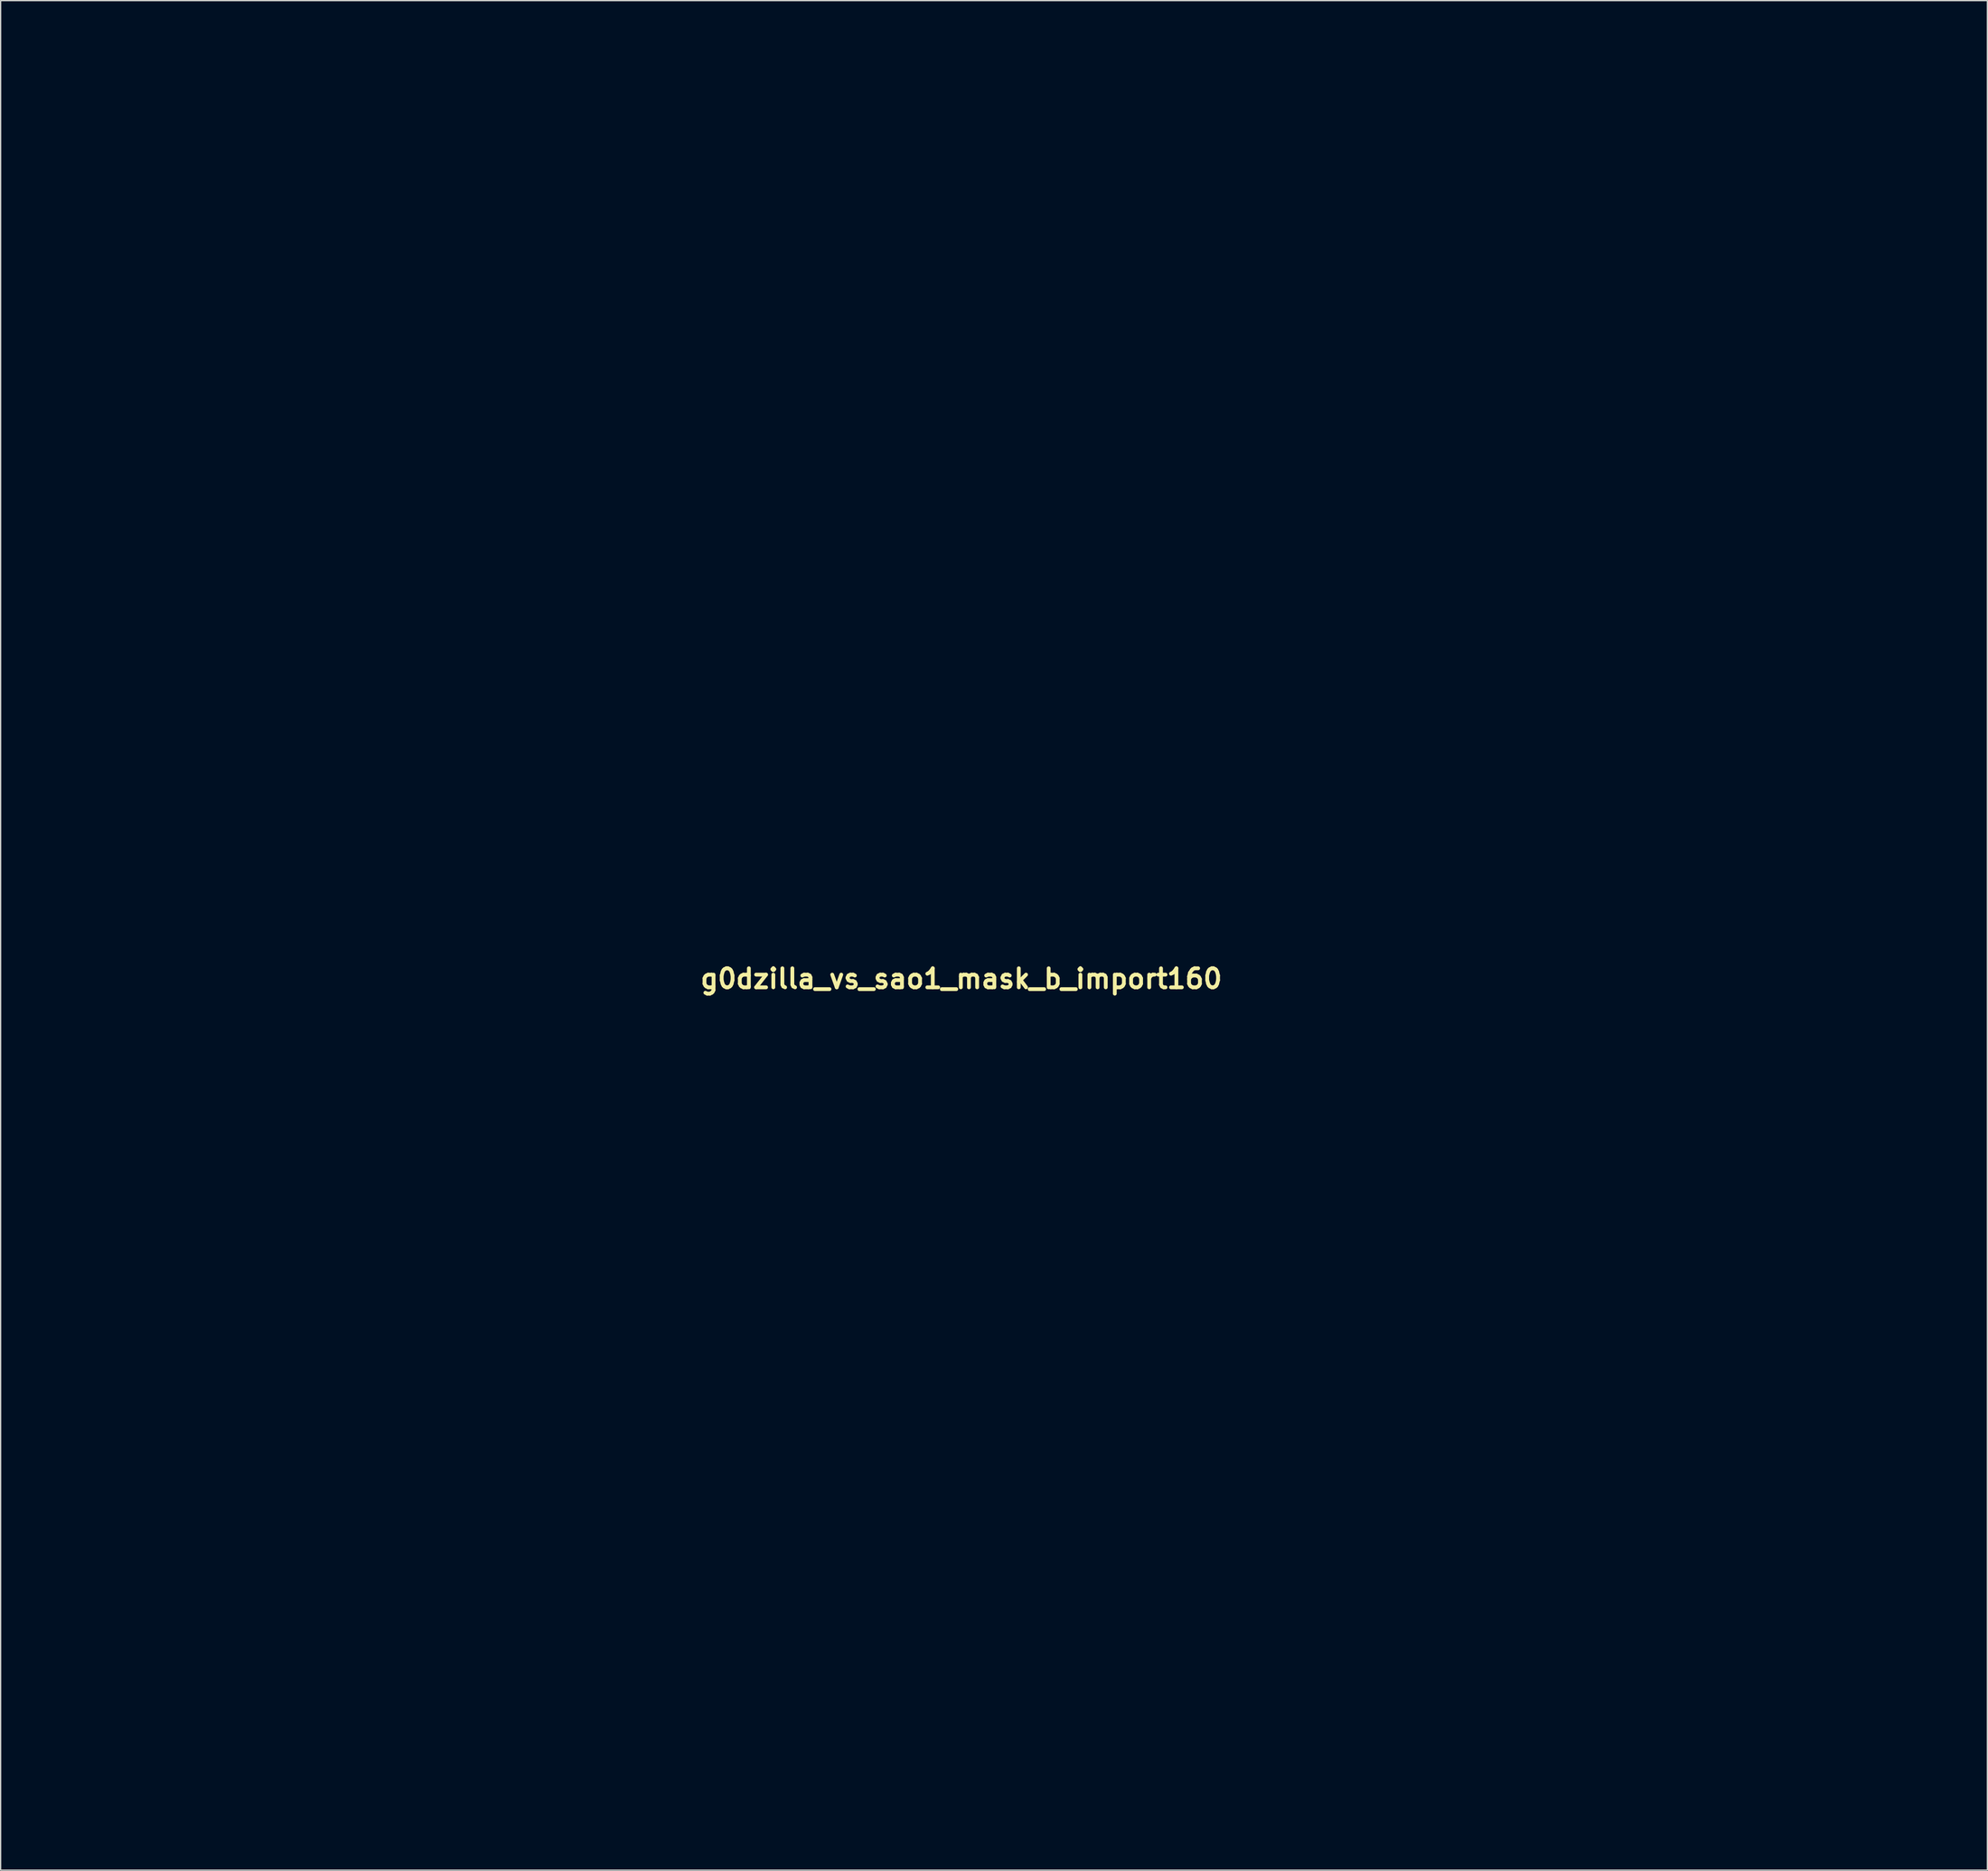
<source format=kicad_pcb>
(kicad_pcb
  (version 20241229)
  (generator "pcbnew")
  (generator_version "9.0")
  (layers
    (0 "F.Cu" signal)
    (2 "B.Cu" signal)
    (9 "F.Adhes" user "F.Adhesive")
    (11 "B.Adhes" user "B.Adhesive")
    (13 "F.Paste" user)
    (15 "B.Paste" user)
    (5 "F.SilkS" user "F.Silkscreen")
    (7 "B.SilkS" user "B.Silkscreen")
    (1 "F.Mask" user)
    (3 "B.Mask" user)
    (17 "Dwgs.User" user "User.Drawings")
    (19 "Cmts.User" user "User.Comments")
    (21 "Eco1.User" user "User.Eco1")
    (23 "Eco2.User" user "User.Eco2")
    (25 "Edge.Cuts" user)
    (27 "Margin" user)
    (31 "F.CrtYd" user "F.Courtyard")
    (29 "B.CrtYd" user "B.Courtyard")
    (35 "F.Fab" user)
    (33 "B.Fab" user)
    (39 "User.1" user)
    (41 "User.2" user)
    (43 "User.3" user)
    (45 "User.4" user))
  (footprint "g0dzilla_vs_sao1_mask_b_import160"
    (layer "F.Cu")
    (at 72.754 74.116)
    (property "Reference" "g0dzilla_vs_sao1_mask_b_import160" (at 0 0 0) (layer "F.SilkS") (effects (font (size 1.5 1.5) (thickness 0.3))))
    (attr board_only exclude_from_pos_files exclude_from_bom)
    (fp_poly (pts (xy -70.266 8.773) (xy -70.266 9.818) (xy -69.156 9.818) (xy -68.046 9.818) (xy -68.046 10.032) (xy -68.046 10.245) (xy -69.156 10.245) (xy -70.265 10.245) (xy -70.276 11.281) (xy -70.288 12.316) (xy -70.469 12.329) (xy -70.65 12.342) (xy -70.65 11.294) (xy -70.65 10.245) (xy -71.675 10.245) (xy -72.699 10.245) (xy -72.699 10.032) (xy -72.699 9.818) (xy -71.675 9.818) (xy -70.65 9.818) (xy -70.65 8.773) (xy -70.65 7.727) (xy -70.458 7.727) (xy -70.266 7.727)) (stroke (width 0.1) (type solid)) (fill no) (layer "Eco1.User"))
    (fp_poly (pts (xy 75.688 63.692) (xy 75.688 64.759) (xy 76.776 64.759) (xy 77.865 64.759) (xy 77.865 64.951) (xy 77.865 65.144) (xy 76.776 65.144) (xy 75.688 65.144) (xy 75.688 65.67) (xy 75.685 65.945) (xy 75.678 66.257) (xy 75.667 66.558) (xy 75.66 66.716) (xy 75.632 67.235) (xy 75.436 67.235) (xy 75.239 67.235) (xy 75.249 66.189) (xy 75.259 65.144) (xy 74.235 65.144) (xy 73.212 65.144) (xy 73.212 64.951) (xy 73.212 64.759) (xy 74.236 64.759) (xy 75.261 64.759) (xy 75.261 63.692) (xy 75.261 62.625) (xy 75.474 62.625) (xy 75.688 62.625)) (stroke (width 0.1) (type solid)) (fill no) (layer "Eco1.User"))
    (fp_poly (pts (xy -70.214 -73.019) (xy -70.202 -71.972) (xy -69.092 -71.962) (xy -67.982 -71.952) (xy -67.982 -71.76) (xy -67.982 -71.568) (xy -69.103 -71.557) (xy -70.224 -71.545) (xy -70.224 -70.5) (xy -70.224 -69.455) (xy -70.416 -69.455) (xy -70.608 -69.455) (xy -70.608 -70.501) (xy -70.608 -71.547) (xy -71.654 -71.547) (xy -72.699 -71.547) (xy -72.699 -71.759) (xy -72.699 -71.971) (xy -71.75 -71.971) (xy -71.468 -71.972) (xy -71.211 -71.972) (xy -70.992 -71.972) (xy -70.825 -71.972) (xy -70.723 -71.973) (xy -70.704 -71.973) (xy -70.608 -71.974) (xy -70.608 -73.02) (xy -70.608 -74.066) (xy -70.416 -74.066) (xy -70.225 -74.066)) (stroke (width 0.1) (type solid)) (fill no) (layer "Eco1.User"))
    (fp_poly (pts (xy -70.224 -37.033) (xy -70.224 -35.987) (xy -69.095 -35.987) (xy -67.966 -35.987) (xy -67.989 -35.827) (xy -68.008 -35.707) (xy -68.025 -35.622) (xy -68.027 -35.613) (xy -68.053 -35.596) (xy -68.122 -35.583) (xy -68.244 -35.573) (xy -68.425 -35.566) (xy -68.674 -35.562) (xy -68.997 -35.56) (xy -69.133 -35.56) (xy -70.222 -35.56) (xy -70.233 -34.525) (xy -70.245 -33.49) (xy -70.426 -33.476) (xy -70.608 -33.463) (xy -70.608 -34.511) (xy -70.608 -35.558) (xy -71.643 -35.57) (xy -72.678 -35.581) (xy -72.691 -35.784) (xy -72.704 -35.987) (xy -71.656 -35.987) (xy -70.608 -35.987) (xy -70.608 -37.033) (xy -70.608 -38.079) (xy -70.416 -38.079) (xy -70.224 -38.079)) (stroke (width 0.1) (type solid)) (fill no) (layer "Eco1.User"))
    (fp_poly (pts (xy -70.138 63.646) (xy -70.138 64.715) (xy -69.018 64.727) (xy -67.897 64.738) (xy -67.897 64.909) (xy -67.897 65.079) (xy -69.017 65.091) (xy -70.137 65.102) (xy -70.148 66.158) (xy -70.159 67.214) (xy -70.332 67.227) (xy -70.448 67.228) (xy -70.525 67.215) (xy -70.535 67.209) (xy -70.543 67.159) (xy -70.551 67.037) (xy -70.557 66.853) (xy -70.562 66.62) (xy -70.565 66.352) (xy -70.565 66.167) (xy -70.565 65.156) (xy -70.917 65.129) (xy -71.09 65.119) (xy -71.321 65.111) (xy -71.585 65.104) (xy -71.855 65.101) (xy -71.942 65.101) (xy -72.614 65.101) (xy -72.614 64.909) (xy -72.614 64.717) (xy -71.59 64.717) (xy -70.567 64.717) (xy -70.555 63.66) (xy -70.544 62.604) (xy -70.341 62.591) (xy -70.138 62.578)) (stroke (width 0.1) (type solid)) (fill no) (layer "Eco1.User"))
    (fp_poly (pts (xy 75.56 -37.723) (xy 75.561 -37.553) (xy 75.566 -37.323) (xy 75.574 -37.057) (xy 75.583 -36.782) (xy 75.588 -36.655) (xy 75.616 -35.944) (xy 76.719 -35.944) (xy 77.822 -35.944) (xy 77.822 -35.752) (xy 77.822 -35.56) (xy 76.719 -35.56) (xy 75.616 -35.56) (xy 75.588 -34.849) (xy 75.578 -34.577) (xy 75.57 -34.304) (xy 75.563 -34.054) (xy 75.56 -33.853) (xy 75.56 -33.782) (xy 75.56 -33.426) (xy 75.375 -33.426) (xy 75.255 -33.432) (xy 75.174 -33.447) (xy 75.161 -33.454) (xy 75.153 -33.503) (xy 75.146 -33.625) (xy 75.14 -33.809) (xy 75.136 -34.042) (xy 75.133 -34.312) (xy 75.133 -34.52) (xy 75.133 -35.558) (xy 74.119 -35.57) (xy 73.105 -35.581) (xy 73.092 -35.763) (xy 73.079 -35.944) (xy 74.106 -35.944) (xy 75.133 -35.944) (xy 75.133 -37.011) (xy 75.133 -38.079) (xy 75.346 -38.079) (xy 75.56 -38.079)) (stroke (width 0.1) (type solid)) (fill no) (layer "Eco1.User"))
    (fp_poly (pts (xy 75.602 -72.978) (xy 75.602 -71.933) (xy 76.702 -71.921) (xy 77.801 -71.91) (xy 77.814 -71.743) (xy 77.809 -71.611) (xy 77.772 -71.541) (xy 77.715 -71.531) (xy 77.585 -71.522) (xy 77.395 -71.515) (xy 77.156 -71.509) (xy 76.881 -71.506) (xy 76.666 -71.505) (xy 75.616 -71.504) (xy 75.588 -70.832) (xy 75.578 -70.563) (xy 75.569 -70.29) (xy 75.563 -70.038) (xy 75.56 -69.836) (xy 75.56 -69.786) (xy 75.56 -69.412) (xy 75.346 -69.412) (xy 75.133 -69.412) (xy 75.133 -70.469) (xy 75.133 -71.526) (xy 74.168 -71.513) (xy 73.834 -71.51) (xy 73.576 -71.51) (xy 73.385 -71.516) (xy 73.25 -71.529) (xy 73.163 -71.553) (xy 73.113 -71.59) (xy 73.091 -71.64) (xy 73.089 -71.708) (xy 73.092 -71.757) (xy 73.105 -71.91) (xy 74.119 -71.921) (xy 75.133 -71.933) (xy 75.133 -72.978) (xy 75.133 -74.023) (xy 75.368 -74.023) (xy 75.602 -74.023)) (stroke (width 0.1) (type solid)) (fill no) (layer "Eco1.User"))
    (fp_poly (pts (xy 75.56 8.792) (xy 75.56 9.861) (xy 76.67 9.861) (xy 77.779 9.861) (xy 77.779 10.053) (xy 77.779 10.245) (xy 76.67 10.245) (xy 75.561 10.245) (xy 75.55 11.302) (xy 75.538 12.358) (xy 75.335 12.372) (xy 75.194 12.371) (xy 75.121 12.344) (xy 75.109 12.325) (xy 75.092 12.246) (xy 75.093 12.226) (xy 75.095 12.174) (xy 75.096 12.049) (xy 75.097 11.864) (xy 75.097 11.632) (xy 75.096 11.364) (xy 75.095 11.217) (xy 75.09 10.245) (xy 74.09 10.245) (xy 73.732 10.244) (xy 73.455 10.239) (xy 73.256 10.23) (xy 73.131 10.218) (xy 73.078 10.202) (xy 73.075 10.198) (xy 73.069 10.126) (xy 73.075 10.014) (xy 73.076 10.006) (xy 73.093 9.861) (xy 74.092 9.861) (xy 75.09 9.861) (xy 75.096 9.616) (xy 75.099 9.493) (xy 75.104 9.305) (xy 75.111 9.069) (xy 75.12 8.804) (xy 75.128 8.559) (xy 75.154 7.748) (xy 75.357 7.735) (xy 75.56 7.722)) (stroke (width 0.1) (type solid)) (fill no) (layer "Eco1.User"))
    (fp_poly (pts (xy 21.615 22.182) (xy 22.474 22.329) (xy 22.752 22.395) (xy 23.578 22.649) (xy 24.369 22.977) (xy 25.122 23.375) (xy 25.832 23.84) (xy 26.494 24.366) (xy 27.103 24.949) (xy 27.655 25.586) (xy 28.146 26.271) (xy 28.57 27.001) (xy 28.923 27.771) (xy 29.111 28.289) (xy 29.293 28.91) (xy 29.422 29.511) (xy 29.502 30.121) (xy 29.538 30.768) (xy 29.541 31.035) (xy 29.538 31.301) (xy 29.529 31.571) (xy 29.517 31.819) (xy 29.501 32.016) (xy 29.496 32.061) (xy 29.348 32.916) (xy 29.122 33.744) (xy 28.82 34.538) (xy 28.446 35.296) (xy 28.004 36.013) (xy 27.495 36.685) (xy 26.924 37.307) (xy 26.293 37.877) (xy 25.606 38.389) (xy 24.866 38.84) (xy 24.077 39.225) (xy 23.819 39.332) (xy 23.339 39.503) (xy 22.809 39.657) (xy 22.265 39.785) (xy 21.742 39.877) (xy 21.65 39.889) (xy 21.292 39.924) (xy 20.879 39.944) (xy 20.437 39.951) (xy 19.995 39.944) (xy 19.58 39.923) (xy 19.219 39.889) (xy 19.189 39.885) (xy 18.515 39.764) (xy 17.821 39.583) (xy 17.136 39.351) (xy 16.488 39.078) (xy 16.179 38.924) (xy 15.419 38.476) (xy 14.714 37.966) (xy 14.067 37.398) (xy 13.481 36.777) (xy 12.959 36.106) (xy 12.504 35.391) (xy 12.119 34.634) (xy 11.807 33.841) (xy 11.571 33.016) (xy 11.413 32.163) (xy 11.4 32.061) (xy 11.378 31.812) (xy 11.364 31.503) (xy 11.358 31.159) (xy 11.359 30.805) (xy 11.369 30.468) (xy 11.387 30.17) (xy 11.4 30.032) (xy 11.537 29.194) (xy 11.754 28.382) (xy 12.046 27.599) (xy 12.408 26.851) (xy 12.838 26.141) (xy 13.332 25.474) (xy 13.885 24.854) (xy 14.494 24.286) (xy 15.154 23.774) (xy 15.863 23.322) (xy 16.616 22.935) (xy 17.409 22.616) (xy 18.144 22.395) (xy 18.996 22.221) (xy 19.865 22.128) (xy 20.742 22.114)) (stroke (width 0.1) (type solid)) (fill no) (layer "Eco1.User"))
    (fp_poly (pts (xy -18.952 18.427) (xy -18.46 18.45) (xy -18.011 18.492) (xy -17.586 18.556) (xy -17.164 18.645) (xy -16.725 18.762) (xy -16.249 18.91) (xy -16.222 18.919) (xy -15.354 19.249) (xy -14.527 19.65) (xy -13.745 20.118) (xy -13.012 20.649) (xy -12.333 21.24) (xy -11.711 21.887) (xy -11.152 22.587) (xy -10.659 23.334) (xy -10.294 24.007) (xy -9.979 24.705) (xy -9.731 25.381) (xy -9.545 26.057) (xy -9.417 26.753) (xy -9.341 27.488) (xy -9.318 28.004) (xy -9.314 28.575) (xy -9.334 29.088) (xy -9.382 29.569) (xy -9.46 30.043) (xy -9.57 30.534) (xy -9.585 30.593) (xy -9.842 31.449) (xy -10.165 32.256) (xy -10.557 33.02) (xy -11.022 33.747) (xy -11.563 34.443) (xy -12.183 35.114) (xy -12.184 35.115) (xy -12.873 35.747) (xy -13.597 36.302) (xy -14.362 36.784) (xy -15.171 37.195) (xy -16.031 37.538) (xy -16.223 37.603) (xy -16.692 37.75) (xy -17.123 37.866) (xy -17.536 37.954) (xy -17.953 38.018) (xy -18.395 38.061) (xy -18.884 38.087) (xy -19.317 38.098) (xy -19.613 38.102) (xy -19.888 38.103) (xy -20.129 38.103) (xy -20.321 38.101) (xy -20.45 38.098) (xy -20.491 38.095) (xy -21.397 37.957) (xy -22.244 37.768) (xy -23.042 37.523) (xy -23.802 37.219) (xy -24.535 36.853) (xy -25.238 36.428) (xy -25.983 35.89) (xy -26.67 35.293) (xy -27.295 34.641) (xy -27.857 33.94) (xy -28.352 33.193) (xy -28.776 32.405) (xy -29.127 31.58) (xy -29.402 30.725) (xy -29.59 29.882) (xy -29.634 29.568) (xy -29.668 29.193) (xy -29.692 28.781) (xy -29.705 28.355) (xy -29.706 27.941) (xy -29.694 27.56) (xy -29.672 27.274) (xy -29.538 26.391) (xy -29.325 25.534) (xy -29.036 24.706) (xy -28.674 23.911) (xy -28.245 23.154) (xy -27.75 22.437) (xy -27.194 21.766) (xy -26.579 21.144) (xy -25.91 20.574) (xy -25.19 20.061) (xy -24.422 19.609) (xy -23.61 19.222) (xy -22.758 18.903) (xy -21.985 18.684) (xy -21.639 18.604) (xy -21.331 18.541) (xy -21.042 18.494) (xy -20.752 18.46) (xy -20.443 18.438) (xy -20.095 18.426) (xy -19.689 18.421) (xy -19.509 18.42)) (stroke (width 0.1) (type solid)) (fill no) (layer "Eco1.User"))
    (fp_poly (pts (xy -19.327 -1.152) (xy -18.249 -1.152) (xy -17.25 -1.152) (xy -16.327 -1.152) (xy -15.478 -1.151) (xy -14.698 -1.15) (xy -13.986 -1.15) (xy -13.339 -1.148) (xy -12.752 -1.147) (xy -12.224 -1.146) (xy -11.75 -1.144) (xy -11.329 -1.142) (xy -10.957 -1.139) (xy -10.631 -1.137) (xy -10.348 -1.134) (xy -10.105 -1.13) (xy -9.899 -1.127) (xy -9.727 -1.123) (xy -9.585 -1.118) (xy -9.472 -1.113) (xy -9.384 -1.108) (xy -9.317 -1.102) (xy -9.27 -1.096) (xy -9.238 -1.09) (xy -9.235 -1.089) (xy -8.99 -0.976) (xy -8.77 -0.798) (xy -8.597 -0.576) (xy -8.539 -0.462) (xy -8.465 -0.19) (xy -8.469 0.087) (xy -8.545 0.354) (xy -8.688 0.598) (xy -8.89 0.802) (xy -9.085 0.925) (xy -9.104 0.933) (xy -9.128 0.941) (xy -9.16 0.948) (xy -9.205 0.954) (xy -9.264 0.96) (xy -9.341 0.965) (xy -9.439 0.97) (xy -9.561 0.975) (xy -9.71 0.979) (xy -9.889 0.983) (xy -10.102 0.986) (xy -10.351 0.989) (xy -10.639 0.992) (xy -10.97 0.995) (xy -11.347 0.997) (xy -11.772 0.999) (xy -12.249 1) (xy -12.781 1.002) (xy -13.371 1.003) (xy -14.023 1.004) (xy -14.738 1.005) (xy -15.52 1.006) (xy -16.373 1.007) (xy -17.299 1.008) (xy -18.302 1.008) (xy -19.384 1.009) (xy -20.405 1.01) (xy -21.377 1.01) (xy -22.328 1.01) (xy -23.253 1.01) (xy -24.149 1.01) (xy -25.013 1.01) (xy -25.841 1.009) (xy -26.629 1.008) (xy -27.375 1.007) (xy -28.073 1.006) (xy -28.721 1.004) (xy -29.315 1.003) (xy -29.852 1.001) (xy -30.328 0.999) (xy -30.738 0.997) (xy -31.081 0.994) (xy -31.352 0.992) (xy -31.547 0.99) (xy -31.663 0.987) (xy -31.697 0.985) (xy -31.955 0.882) (xy -32.166 0.722) (xy -32.326 0.517) (xy -32.433 0.28) (xy -32.484 0.026) (xy -32.484 0.004) (xy -32.336 0.004) (xy -32.277 0.257) (xy -32.145 0.484) (xy -32.072 0.564) (xy -32.045 0.593) (xy -32.023 0.621) (xy -32.004 0.646) (xy -31.985 0.67) (xy -31.962 0.691) (xy -31.933 0.711) (xy -31.894 0.729) (xy -31.843 0.746) (xy -31.776 0.761) (xy -31.69 0.774) (xy -31.583 0.786) (xy -31.45 0.797) (xy -31.29 0.807) (xy -31.099 0.815) (xy -30.873 0.822) (xy -30.611 0.829) (xy -30.308 0.834) (xy -29.962 0.838) (xy -29.569 0.842) (xy -29.127 0.845) (xy -28.632 0.847) (xy -28.082 0.849) (xy -27.474 0.85) (xy -26.803 0.851) (xy -26.068 0.852) (xy -25.265 0.852) (xy -24.39 0.852) (xy -23.442 0.852) (xy -22.417 0.852) (xy -21.312 0.852) (xy -20.488 0.852) (xy -9.364 0.854) (xy -9.133 0.736) (xy -8.903 0.579) (xy -8.746 0.375) (xy -8.661 0.126) (xy -8.645 -0.064) (xy -8.681 -0.342) (xy -8.79 -0.576) (xy -8.972 -0.765) (xy -9.133 -0.864) (xy -9.364 -0.982) (xy -20.488 -0.981) (xy -21.64 -0.981) (xy -22.711 -0.981) (xy -23.702 -0.98) (xy -24.617 -0.98) (xy -25.459 -0.98) (xy -26.231 -0.979) (xy -26.937 -0.979) (xy -27.578 -0.978) (xy -28.159 -0.977) (xy -28.683 -0.975) (xy -29.152 -0.974) (xy -29.57 -0.972) (xy -29.94 -0.97) (xy -30.264 -0.968) (xy -30.547 -0.965) (xy -30.79 -0.962) (xy -30.998 -0.959) (xy -31.173 -0.955) (xy -31.318 -0.951) (xy -31.437 -0.946) (xy -31.533 -0.941) (xy -31.608 -0.936) (xy -31.665 -0.93) (xy -31.709 -0.923) (xy -31.742 -0.916) (xy -31.766 -0.909) (xy -31.784 -0.901) (xy -31.982 -0.772) (xy -32.154 -0.585) (xy -32.278 -0.369) (xy -32.316 -0.255) (xy -32.336 0.004) (xy -32.484 0.004) (xy -32.477 -0.232) (xy -32.41 -0.481) (xy -32.28 -0.708) (xy -32.085 -0.9) (xy -32.046 -0.927) (xy -31.9 -1.014) (xy -31.753 -1.084) (xy -31.683 -1.109) (xy -31.621 -1.114) (xy -31.476 -1.119) (xy -31.246 -1.123) (xy -30.933 -1.128) (xy -30.535 -1.132) (xy -30.053 -1.135) (xy -29.487 -1.138) (xy -28.836 -1.141) (xy -28.1 -1.144) (xy -27.28 -1.146) (xy -26.375 -1.148) (xy -25.385 -1.149) (xy -24.311 -1.151) (xy -23.151 -1.152) (xy -21.906 -1.152) (xy -20.575 -1.152) (xy -20.488 -1.152)) (stroke (width 0.1) (type solid)) (fill no) (layer "Eco1.User"))
    (fp_poly (pts (xy 16.406 -1.153) (xy 17.338 -1.153) (xy 18.346 -1.153) (xy 19.434 -1.152) (xy 20.531 -1.152) (xy 21.496 -1.152) (xy 22.439 -1.152) (xy 23.358 -1.151) (xy 24.248 -1.15) (xy 25.105 -1.15) (xy 25.927 -1.148) (xy 26.709 -1.147) (xy 27.448 -1.146) (xy 28.14 -1.144) (xy 28.781 -1.143) (xy 29.369 -1.141) (xy 29.899 -1.139) (xy 30.367 -1.137) (xy 30.771 -1.135) (xy 31.105 -1.133) (xy 31.368 -1.131) (xy 31.555 -1.129) (xy 31.662 -1.127) (xy 31.687 -1.125) (xy 31.907 -1.054) (xy 32.127 -0.925) (xy 32.317 -0.759) (xy 32.416 -0.63) (xy 32.529 -0.371) (xy 32.57 -0.091) (xy 32.541 0.191) (xy 32.446 0.456) (xy 32.287 0.686) (xy 32.228 0.744) (xy 32.198 0.773) (xy 32.174 0.8) (xy 32.152 0.825) (xy 32.129 0.847) (xy 32.101 0.869) (xy 32.067 0.888) (xy 32.022 0.906) (xy 31.964 0.922) (xy 31.89 0.936) (xy 31.796 0.949) (xy 31.68 0.961) (xy 31.538 0.972) (xy 31.368 0.981) (xy 31.166 0.989) (xy 30.929 0.996) (xy 30.654 1.002) (xy 30.338 1.007) (xy 29.979 1.011) (xy 29.572 1.015) (xy 29.115 1.018) (xy 28.605 1.02) (xy 28.039 1.021) (xy 27.413 1.022) (xy 26.725 1.023) (xy 25.972 1.023) (xy 25.15 1.023) (xy 24.256 1.023) (xy 23.288 1.023) (xy 22.242 1.022) (xy 21.115 1.022) (xy 20.536 1.022) (xy 19.372 1.021) (xy 18.291 1.021) (xy 17.289 1.02) (xy 16.363 1.02) (xy 15.511 1.019) (xy 14.728 1.018) (xy 14.014 1.017) (xy 13.363 1.016) (xy 12.774 1.014) (xy 12.243 1.012) (xy 11.768 1.01) (xy 11.345 1.008) (xy 10.971 1.006) (xy 10.643 1.003) (xy 10.359 1) (xy 10.115 0.997) (xy 9.908 0.993) (xy 9.735 0.989) (xy 9.594 0.984) (xy 9.481 0.979) (xy 9.393 0.974) (xy 9.327 0.968) (xy 9.281 0.962) (xy 9.251 0.956) (xy 9.249 0.955) (xy 9.022 0.844) (xy 8.821 0.669) (xy 8.669 0.452) (xy 8.605 0.295) (xy 8.559 0.122) (xy 8.543 -0.011) (xy 8.714 -0.011) (xy 8.761 0.23) (xy 8.843 0.397) (xy 8.976 0.564) (xy 9.136 0.705) (xy 9.296 0.794) (xy 9.307 0.798) (xy 9.351 0.803) (xy 9.449 0.808) (xy 9.604 0.813) (xy 9.818 0.817) (xy 10.091 0.821) (xy 10.425 0.825) (xy 10.823 0.828) (xy 11.286 0.832) (xy 11.816 0.834) (xy 12.414 0.837) (xy 13.083 0.839) (xy 13.824 0.842) (xy 14.639 0.843) (xy 15.53 0.845) (xy 16.498 0.846) (xy 17.545 0.847) (xy 18.673 0.848) (xy 19.884 0.849) (xy 20.567 0.849) (xy 21.727 0.85) (xy 22.804 0.85) (xy 23.803 0.85) (xy 24.725 0.85) (xy 25.574 0.85) (xy 26.352 0.85) (xy 27.063 0.849) (xy 27.711 0.849) (xy 28.297 0.848) (xy 28.825 0.846) (xy 29.298 0.845) (xy 29.719 0.843) (xy 30.091 0.841) (xy 30.417 0.839) (xy 30.7 0.836) (xy 30.944 0.833) (xy 31.15 0.829) (xy 31.323 0.825) (xy 31.465 0.821) (xy 31.579 0.817) (xy 31.668 0.811) (xy 31.736 0.806) (xy 31.785 0.8) (xy 31.818 0.793) (xy 31.837 0.787) (xy 32.066 0.651) (xy 32.236 0.468) (xy 32.346 0.251) (xy 32.396 0.017) (xy 32.386 -0.223) (xy 32.316 -0.453) (xy 32.187 -0.66) (xy 31.998 -0.83) (xy 31.837 -0.916) (xy 31.814 -0.922) (xy 31.778 -0.929) (xy 31.726 -0.935) (xy 31.655 -0.94) (xy 31.561 -0.945) (xy 31.443 -0.95) (xy 31.296 -0.954) (xy 31.117 -0.958) (xy 30.904 -0.962) (xy 30.654 -0.965) (xy 30.364 -0.968) (xy 30.03 -0.97) (xy 29.649 -0.972) (xy 29.219 -0.974) (xy 28.736 -0.976) (xy 28.198 -0.977) (xy 27.601 -0.978) (xy 26.942 -0.979) (xy 26.219 -0.98) (xy 25.427 -0.981) (xy 24.565 -0.981) (xy 23.63 -0.982) (xy 22.617 -0.982) (xy 21.524 -0.982) (xy 20.584 -0.982) (xy 19.346 -0.982) (xy 18.191 -0.981) (xy 17.118 -0.981) (xy 16.124 -0.98) (xy 15.207 -0.979) (xy 14.366 -0.978) (xy 13.597 -0.976) (xy 12.9 -0.974) (xy 12.272 -0.972) (xy 11.711 -0.97) (xy 11.216 -0.967) (xy 10.783 -0.964) (xy 10.411 -0.961) (xy 10.098 -0.957) (xy 9.842 -0.953) (xy 9.642 -0.949) (xy 9.494 -0.945) (xy 9.396 -0.94) (xy 9.348 -0.934) (xy 9.345 -0.933) (xy 9.105 -0.811) (xy 8.916 -0.622) (xy 8.82 -0.462) (xy 8.732 -0.231) (xy 8.714 -0.011) (xy 8.543 -0.011) (xy 8.542 -0.019) (xy 8.552 -0.165) (xy 8.586 -0.347) (xy 8.627 -0.488) (xy 8.692 -0.608) (xy 8.8 -0.736) (xy 8.857 -0.794) (xy 8.891 -0.831) (xy 8.918 -0.865) (xy 8.941 -0.897) (xy 8.964 -0.927) (xy 8.99 -0.954) (xy 9.02 -0.979) (xy 9.06 -1.001) (xy 9.111 -1.022) (xy 9.178 -1.041) (xy 9.262 -1.057) (xy 9.366 -1.073) (xy 9.495 -1.086) (xy 9.652 -1.098) (xy 9.838 -1.108) (xy 10.057 -1.117) (xy 10.313 -1.125) (xy 10.609 -1.132) (xy 10.946 -1.137) (xy 11.33 -1.142) (xy 11.762 -1.145) (xy 12.245 -1.148) (xy 12.784 -1.15) (xy 13.38 -1.152) (xy 14.038 -1.153) (xy 14.759 -1.153) (xy 15.548 -1.153)) (stroke (width 0.1) (type solid)) (fill no) (layer "Eco1.User"))
    (fp_poly (pts (xy 12.636 -35.424) (xy 13.012 -35.372) (xy 13.375 -35.291) (xy 13.699 -35.187) (xy 13.884 -35.106) (xy 14.168 -34.971) (xy 14.498 -34.828) (xy 14.846 -34.688) (xy 15.182 -34.563) (xy 15.475 -34.466) (xy 15.509 -34.456) (xy 15.733 -34.396) (xy 16.021 -34.329) (xy 16.355 -34.258) (xy 16.714 -34.186) (xy 17.078 -34.119) (xy 17.428 -34.059) (xy 17.745 -34.01) (xy 17.972 -33.98) (xy 18.595 -33.874) (xy 19.212 -33.703) (xy 19.262 -33.686) (xy 19.507 -33.602) (xy 20.209 -33.725) (xy 20.466 -33.772) (xy 20.713 -33.821) (xy 20.931 -33.867) (xy 21.097 -33.906) (xy 21.16 -33.923) (xy 21.231 -33.942) (xy 21.314 -33.957) (xy 21.416 -33.97) (xy 21.547 -33.98) (xy 21.715 -33.988) (xy 21.929 -33.994) (xy 22.198 -33.999) (xy 22.531 -34.002) (xy 22.936 -34.005) (xy 23.159 -34.006) (xy 24.909 -34.014) (xy 25.293 -34.144) (xy 25.646 -34.254) (xy 25.966 -34.33) (xy 26.283 -34.378) (xy 26.628 -34.402) (xy 26.958 -34.407) (xy 27.226 -34.409) (xy 27.43 -34.417) (xy 27.592 -34.438) (xy 27.732 -34.478) (xy 27.872 -34.541) (xy 28.034 -34.635) (xy 28.208 -34.746) (xy 28.519 -34.927) (xy 28.806 -35.05) (xy 29.098 -35.125) (xy 29.424 -35.163) (xy 29.439 -35.164) (xy 29.796 -35.158) (xy 30.095 -35.098) (xy 30.332 -34.984) (xy 30.506 -34.818) (xy 30.613 -34.603) (xy 30.65 -34.341) (xy 30.651 -34.334) (xy 30.668 -34.217) (xy 30.713 -34.065) (xy 30.751 -33.97) (xy 30.829 -33.755) (xy 30.892 -33.513) (xy 30.931 -33.275) (xy 30.943 -33.07) (xy 30.938 -32.999) (xy 30.88 -32.78) (xy 30.776 -32.573) (xy 30.642 -32.41) (xy 30.584 -32.362) (xy 30.465 -32.247) (xy 30.335 -32.059) (xy 30.256 -31.92) (xy 30.152 -31.739) (xy 30.039 -31.563) (xy 29.937 -31.423) (xy 29.915 -31.397) (xy 29.818 -31.277) (xy 29.743 -31.165) (xy 29.717 -31.113) (xy 29.707 -31.043) (xy 29.7 -30.898) (xy 29.695 -30.691) (xy 29.693 -30.432) (xy 29.694 -30.133) (xy 29.698 -29.832) (xy 29.704 -29.478) (xy 29.707 -29.199) (xy 29.707 -28.984) (xy 29.703 -28.824) (xy 29.695 -28.706) (xy 29.684 -28.622) (xy 29.667 -28.56) (xy 29.646 -28.51) (xy 29.526 -28.32) (xy 29.376 -28.183) (xy 29.177 -28.084) (xy 29 -28.029) (xy 28.823 -27.983) (xy 29.271 -27.641) (xy 29.472 -27.481) (xy 29.679 -27.306) (xy 29.865 -27.137) (xy 29.991 -27.013) (xy 30.153 -26.826) (xy 30.267 -26.649) (xy 30.34 -26.461) (xy 30.379 -26.239) (xy 30.394 -25.961) (xy 30.395 -25.87) (xy 30.392 -25.673) (xy 30.383 -25.537) (xy 30.361 -25.438) (xy 30.322 -25.352) (xy 30.28 -25.283) (xy 30.183 -25.162) (xy 30.074 -25.064) (xy 30.034 -25.04) (xy 29.973 -25.02) (xy 29.834 -24.985) (xy 29.625 -24.934) (xy 29.353 -24.87) (xy 29.025 -24.794) (xy 28.646 -24.707) (xy 28.224 -24.612) (xy 27.765 -24.51) (xy 27.277 -24.402) (xy 26.765 -24.29) (xy 26.671 -24.269) (xy 23.439 -23.564) (xy 22.167 -23.573) (xy 21.836 -23.575) (xy 21.438 -23.579) (xy 20.99 -23.583) (xy 20.511 -23.589) (xy 20.018 -23.594) (xy 19.53 -23.6) (xy 19.064 -23.606) (xy 18.975 -23.607) (xy 18.677 -23.612) (xy 18.323 -23.62) (xy 17.921 -23.63) (xy 17.48 -23.643) (xy 17.006 -23.657) (xy 16.507 -23.672) (xy 15.992 -23.689) (xy 15.467 -23.707) (xy 14.941 -23.725) (xy 14.422 -23.744) (xy 13.916 -23.763) (xy 13.432 -23.782) (xy 12.977 -23.801) (xy 12.56 -23.819) (xy 12.187 -23.835) (xy 11.867 -23.851) (xy 11.607 -23.865) (xy 11.415 -23.877) (xy 11.298 -23.887) (xy 11.281 -23.889) (xy 11.167 -23.935) (xy 11.022 -24.033) (xy 10.865 -24.168) (xy 10.713 -24.321) (xy 10.587 -24.477) (xy 10.531 -24.565) (xy 10.406 -24.826) (xy 10.323 -25.082) (xy 10.29 -25.307) (xy 10.29 -25.333) (xy 10.311 -25.557) (xy 10.367 -25.82) (xy 10.447 -26.088) (xy 10.543 -26.325) (xy 10.586 -26.41) (xy 10.76 -26.69) (xy 10.989 -27.007) (xy 11.259 -27.347) (xy 11.559 -27.692) (xy 11.875 -28.027) (xy 11.884 -28.036) (xy 12.089 -28.248) (xy 12.231 -28.404) (xy 12.311 -28.505) (xy 12.331 -28.554) (xy 12.32 -28.559) (xy 12.247 -28.58) (xy 12.123 -28.637) (xy 11.968 -28.718) (xy 11.801 -28.812) (xy 11.643 -28.907) (xy 11.514 -28.992) (xy 11.433 -29.056) (xy 11.429 -29.061) (xy 11.306 -29.255) (xy 11.242 -29.487) (xy 11.241 -29.727) (xy 11.288 -29.903) (xy 11.322 -30.025) (xy 11.349 -30.191) (xy 11.359 -30.33) (xy 11.37 -30.612) (xy 11.172 -30.813) (xy 11.012 -31.012) (xy 10.861 -31.277) (xy 10.802 -31.404) (xy 10.729 -31.572) (xy 10.671 -31.712) (xy 10.636 -31.805) (xy 10.629 -31.83) (xy 10.595 -31.872) (xy 10.51 -31.931) (xy 10.473 -31.953) (xy 10.323 -32.054) (xy 10.224 -32.174) (xy 10.164 -32.336) (xy 10.131 -32.56) (xy 10.13 -32.57) (xy 10.111 -32.743) (xy 10.084 -32.86) (xy 10.036 -32.951) (xy 9.961 -33.043) (xy 9.885 -33.134) (xy 9.842 -33.214) (xy 9.823 -33.315) (xy 9.819 -33.465) (xy 9.818 -33.5) (xy 9.83 -33.727) (xy 9.871 -33.931) (xy 9.947 -34.127) (xy 10.068 -34.329) (xy 10.239 -34.553) (xy 10.47 -34.812) (xy 10.498 -34.843) (xy 10.666 -35.011) (xy 10.821 -35.143) (xy 10.944 -35.223) (xy 10.964 -35.232) (xy 11.245 -35.32) (xy 11.582 -35.388) (xy 11.951 -35.43) (xy 12.273 -35.442)) (stroke (width 0.1) (type solid)) (fill no) (layer "Eco1.User"))
    (fp_poly (pts (xy -25.584 -36.141) (xy -25.437 -36.095) (xy -25.25 -36.027) (xy -25.041 -35.943) (xy -24.988 -35.92) (xy -24.768 -35.829) (xy -24.556 -35.747) (xy -24.374 -35.683) (xy -24.243 -35.646) (xy -24.228 -35.642) (xy -24.094 -35.622) (xy -24.001 -35.632) (xy -23.907 -35.68) (xy -23.843 -35.724) (xy -23.671 -35.847) (xy -22.962 -35.714) (xy -22.643 -35.655) (xy -22.395 -35.617) (xy -22.201 -35.599) (xy -22.049 -35.603) (xy -21.924 -35.63) (xy -21.813 -35.682) (xy -21.7 -35.76) (xy -21.6 -35.841) (xy -21.452 -35.961) (xy -21.343 -36.031) (xy -21.25 -36.065) (xy -21.163 -36.072) (xy -20.978 -36.033) (xy -20.808 -35.928) (xy -20.684 -35.775) (xy -20.68 -35.768) (xy -20.606 -35.575) (xy -20.543 -35.305) (xy -20.491 -34.967) (xy -20.451 -34.568) (xy -20.423 -34.117) (xy -20.41 -33.622) (xy -20.411 -33.091) (xy -20.411 -33.088) (xy -20.427 -32.132) (xy -19.937 -31.925) (xy -19.712 -31.826) (xy -19.543 -31.741) (xy -19.408 -31.656) (xy -19.283 -31.555) (xy -19.168 -31.447) (xy -18.987 -31.273) (xy -18.849 -31.15) (xy -18.74 -31.069) (xy -18.642 -31.023) (xy -18.538 -31.001) (xy -18.414 -30.996) (xy -18.332 -30.997) (xy -18.161 -30.996) (xy -18.046 -30.981) (xy -17.958 -30.946) (xy -17.872 -30.888) (xy -17.755 -30.785) (xy -17.671 -30.672) (xy -17.615 -30.532) (xy -17.583 -30.351) (xy -17.569 -30.11) (xy -17.567 -29.927) (xy -17.567 -29.394) (xy -16.371 -29.275) (xy -15.879 -29.221) (xy -15.323 -29.151) (xy -14.72 -29.068) (xy -14.089 -28.974) (xy -13.49 -28.878) (xy -12.997 -28.796) (xy -12.574 -28.722) (xy -12.209 -28.654) (xy -11.888 -28.587) (xy -11.597 -28.519) (xy -11.323 -28.446) (xy -11.052 -28.363) (xy -10.77 -28.269) (xy -10.464 -28.158) (xy -10.12 -28.028) (xy -9.93 -27.955) (xy -9.628 -27.835) (xy -9.392 -27.735) (xy -9.206 -27.647) (xy -9.055 -27.563) (xy -8.923 -27.475) (xy -8.872 -27.438) (xy -8.725 -27.322) (xy -8.645 -27.239) (xy -8.635 -27.17) (xy -8.693 -27.098) (xy -8.823 -27.007) (xy -8.901 -26.957) (xy -9.144 -26.794) (xy -9.324 -26.657) (xy -9.454 -26.533) (xy -9.546 -26.407) (xy -9.613 -26.267) (xy -9.635 -26.208) (xy -9.742 -25.817) (xy -9.783 -25.463) (xy -9.783 -25.393) (xy -9.785 -25.289) (xy -9.793 -25.232) (xy -9.796 -25.229) (xy -9.841 -25.219) (xy -9.95 -25.192) (xy -10.106 -25.152) (xy -10.231 -25.12) (xy -10.515 -25.046) (xy -10.728 -24.989) (xy -10.881 -24.944) (xy -10.987 -24.907) (xy -11.056 -24.873) (xy -11.099 -24.836) (xy -11.129 -24.792) (xy -11.157 -24.736) (xy -11.16 -24.729) (xy -11.207 -24.621) (xy -11.273 -24.453) (xy -11.353 -24.24) (xy -11.44 -24) (xy -11.53 -23.749) (xy -11.616 -23.502) (xy -11.692 -23.276) (xy -11.754 -23.088) (xy -11.794 -22.953) (xy -11.806 -22.904) (xy -11.872 -22.748) (xy -11.994 -22.652) (xy -12.133 -22.625) (xy -12.202 -22.623) (xy -12.238 -22.605) (xy -12.243 -22.553) (xy -12.221 -22.45) (xy -12.188 -22.326) (xy -12.143 -22.138) (xy -12.132 -22.004) (xy -12.16 -21.897) (xy -12.233 -21.791) (xy -12.316 -21.701) (xy -12.437 -21.554) (xy -12.495 -21.421) (xy -12.488 -21.286) (xy -12.415 -21.133) (xy -12.279 -20.946) (xy -12.177 -20.797) (xy -12.094 -20.638) (xy -12.045 -20.497) (xy -12.038 -20.442) (xy -12.08 -20.416) (xy -12.202 -20.407) (xy -12.404 -20.416) (xy -12.683 -20.441) (xy -13.036 -20.484) (xy -13.11 -20.494) (xy -13.812 -20.617) (xy -14.481 -20.796) (xy -14.941 -20.956) (xy -15.218 -21.054) (xy -15.561 -21.165) (xy -15.953 -21.284) (xy -16.377 -21.405) (xy -16.815 -21.523) (xy -17.115 -21.6) (xy -17.352 -21.661) (xy -17.564 -21.717) (xy -17.735 -21.765) (xy -17.849 -21.8) (xy -17.888 -21.815) (xy -17.949 -21.838) (xy -18.078 -21.882) (xy -18.264 -21.942) (xy -18.493 -22.015) (xy -18.752 -22.096) (xy -18.873 -22.133) (xy -19.142 -22.215) (xy -19.384 -22.291) (xy -19.589 -22.357) (xy -19.743 -22.407) (xy -19.834 -22.439) (xy -19.85 -22.446) (xy -19.927 -22.49) (xy -20.037 -22.555) (xy -20.07 -22.575) (xy -20.226 -22.67) (xy -20.31 -22.423) (xy -20.381 -22.261) (xy -20.493 -22.058) (xy -20.633 -21.831) (xy -20.791 -21.597) (xy -20.955 -21.374) (xy -21.111 -21.178) (xy -21.249 -21.026) (xy -21.338 -20.947) (xy -21.775 -20.687) (xy -22.254 -20.495) (xy -22.616 -20.404) (xy -22.781 -20.376) (xy -22.943 -20.354) (xy -23.12 -20.339) (xy -23.327 -20.33) (xy -23.58 -20.325) (xy -23.896 -20.324) (xy -24.046 -20.325) (xy -24.423 -20.329) (xy -24.756 -20.339) (xy -25.034 -20.353) (xy -25.246 -20.371) (xy -25.342 -20.385) (xy -25.668 -20.451) (xy -25.939 -20.517) (xy -26.145 -20.583) (xy -26.278 -20.644) (xy -26.291 -20.653) (xy -26.388 -20.719) (xy -26.518 -20.803) (xy -26.585 -20.845) (xy -26.785 -20.98) (xy -27.025 -21.158) (xy -27.284 -21.364) (xy -27.542 -21.58) (xy -27.778 -21.79) (xy -27.846 -21.853) (xy -28.065 -22.08) (xy -28.237 -22.303) (xy -28.374 -22.53) (xy -28.571 -22.89) (xy -28.541 -23.409) (xy -28.501 -23.821) (xy -28.43 -24.276) (xy -28.335 -24.74) (xy -28.22 -25.177) (xy -28.216 -25.191) (xy -28.159 -25.455) (xy -28.133 -25.738) (xy -28.132 -25.792) (xy -28.132 -26.111) (xy -28.607 -26.812) (xy -28.781 -27.066) (xy -28.967 -27.33) (xy -29.149 -27.583) (xy -29.311 -27.803) (xy -29.416 -27.94) (xy -29.54 -28.101) (xy -29.64 -28.244) (xy -29.727 -28.385) (xy -29.811 -28.545) (xy -29.902 -28.739) (xy -30.008 -28.986) (xy -30.071 -29.135) (xy -30.29 -29.697) (xy -30.498 -30.307) (xy -30.649 -30.809) (xy -30.734 -31.108) (xy -30.798 -31.342) (xy -30.844 -31.526) (xy -30.874 -31.675) (xy -30.893 -31.807) (xy -30.903 -31.937) (xy -30.906 -32.082) (xy -30.907 -32.201) (xy -30.907 -32.688) (xy -30.506 -33.601) (xy -30.106 -34.514) (xy -29.898 -34.637) (xy -29.69 -34.76) (xy -29.088 -34.732) (xy -28.487 -34.704) (xy -28.176 -34.982) (xy -27.958 -35.162) (xy -27.762 -35.279) (xy -27.565 -35.342) (xy -27.343 -35.362) (xy -27.186 -35.356) (xy -26.955 -35.353) (xy -26.76 -35.384) (xy -26.582 -35.457) (xy -26.401 -35.582) (xy -26.196 -35.767) (xy -26.147 -35.816) (xy -25.989 -35.971) (xy -25.875 -36.072) (xy -25.788 -36.129) (xy -25.716 -36.154) (xy -25.672 -36.158)) (stroke (width 0.1) (type solid)) (fill no) (layer "Eco1.User"))
    (fp_poly (pts (xy 0.245 -6.379) (xy 0.523 -6.285) (xy 0.74 -6.142) (xy 0.896 -5.981) (xy 1.006 -5.787) (xy 1.077 -5.543) (xy 1.111 -5.296) (xy 1.178 -4.918) (xy 1.306 -4.51) (xy 1.488 -4.091) (xy 1.714 -3.679) (xy 1.974 -3.292) (xy 2.26 -2.947) (xy 2.327 -2.878) (xy 2.68 -2.545) (xy 3.029 -2.27) (xy 3.403 -2.034) (xy 3.827 -1.819) (xy 3.939 -1.768) (xy 4.117 -1.694) (xy 4.343 -1.607) (xy 4.598 -1.513) (xy 4.868 -1.418) (xy 5.133 -1.327) (xy 5.378 -1.247) (xy 5.584 -1.183) (xy 5.736 -1.142) (xy 5.782 -1.132) (xy 6.06 -1.044) (xy 6.307 -0.878) (xy 6.433 -0.751) (xy 6.599 -0.504) (xy 6.686 -0.232) (xy 6.696 0.05) (xy 6.628 0.331) (xy 6.48 0.598) (xy 6.464 0.619) (xy 6.276 0.806) (xy 6.039 0.932) (xy 5.868 0.982) (xy 5.753 1.014) (xy 5.575 1.072) (xy 5.347 1.15) (xy 5.087 1.242) (xy 4.81 1.343) (xy 4.531 1.447) (xy 4.265 1.548) (xy 4.029 1.64) (xy 3.837 1.719) (xy 3.705 1.777) (xy 3.693 1.783) (xy 3.215 2.065) (xy 2.755 2.418) (xy 2.329 2.829) (xy 1.952 3.284) (xy 1.832 3.454) (xy 1.626 3.798) (xy 1.446 4.169) (xy 1.301 4.545) (xy 1.2 4.903) (xy 1.155 5.187) (xy 1.131 5.373) (xy 1.096 5.546) (xy 1.056 5.672) (xy 1.051 5.682) (xy 0.91 5.897) (xy 0.717 6.083) (xy 0.534 6.195) (xy 0.352 6.248) (xy 0.129 6.271) (xy -0.099 6.263) (xy -0.296 6.224) (xy -0.342 6.207) (xy -0.575 6.062) (xy -0.765 5.854) (xy -0.901 5.6) (xy -0.973 5.316) (xy -0.981 5.178) (xy -0.988 5.02) (xy -1.005 4.883) (xy -1.023 4.815) (xy -1.055 4.735) (xy -1.107 4.596) (xy -1.173 4.421) (xy -1.22 4.292) (xy -1.434 3.822) (xy -1.72 3.362) (xy -2.066 2.925) (xy -2.462 2.522) (xy -2.893 2.167) (xy -3.348 1.872) (xy -3.789 1.66) (xy -4.081 1.547) (xy -4.389 1.432) (xy -4.699 1.32) (xy -4.998 1.216) (xy -5.269 1.126) (xy -5.499 1.053) (xy -5.672 1.004) (xy -5.742 0.989) (xy -6.033 0.894) (xy -6.272 0.735) (xy -6.453 0.519) (xy -6.569 0.256) (xy -6.609 0.015) (xy -6.601 -0.12) (xy -6.443 -0.12) (xy -6.434 0.119) (xy -6.361 0.346) (xy -6.217 0.549) (xy -6.201 0.565) (xy -6 0.722) (xy -5.784 0.822) (xy -5.595 0.854) (xy -5.483 0.87) (xy -5.334 0.911) (xy -5.242 0.944) (xy -5.113 0.993) (xy -4.929 1.06) (xy -4.711 1.137) (xy -4.485 1.216) (xy -4.473 1.221) (xy -3.952 1.413) (xy -3.503 1.609) (xy -3.109 1.819) (xy -2.756 2.049) (xy -2.43 2.308) (xy -2.239 2.483) (xy -2.053 2.677) (xy -1.854 2.912) (xy -1.655 3.171) (xy -1.468 3.434) (xy -1.307 3.684) (xy -1.185 3.902) (xy -1.135 4.013) (xy -0.971 4.472) (xy -0.864 4.874) (xy -0.815 5.19) (xy -0.763 5.486) (xy -0.664 5.717) (xy -0.511 5.894) (xy -0.342 6.007) (xy -0.105 6.086) (xy 0.153 6.101) (xy 0.404 6.052) (xy 0.606 5.952) (xy 0.794 5.781) (xy 0.921 5.57) (xy 0.994 5.304) (xy 1.011 5.156) (xy 1.038 4.972) (xy 1.091 4.736) (xy 1.161 4.476) (xy 1.241 4.219) (xy 1.323 3.991) (xy 1.395 3.827) (xy 1.511 3.628) (xy 1.669 3.391) (xy 1.851 3.139) (xy 2.042 2.894) (xy 2.223 2.68) (xy 2.357 2.539) (xy 2.627 2.291) (xy 2.891 2.077) (xy 3.166 1.887) (xy 3.464 1.715) (xy 3.799 1.552) (xy 4.186 1.391) (xy 4.638 1.224) (xy 4.803 1.167) (xy 5.018 1.092) (xy 5.215 1.022) (xy 5.373 0.964) (xy 5.474 0.926) (xy 5.486 0.921) (xy 5.606 0.878) (xy 5.76 0.832) (xy 5.826 0.815) (xy 6.087 0.713) (xy 6.296 0.554) (xy 6.445 0.35) (xy 6.526 0.111) (xy 6.533 -0.151) (xy 6.511 -0.267) (xy 6.404 -0.53) (xy 6.232 -0.738) (xy 6 -0.888) (xy 5.72 -0.975) (xy 5.569 -1.012) (xy 5.355 -1.075) (xy 5.095 -1.159) (xy 4.807 -1.259) (xy 4.508 -1.368) (xy 4.213 -1.48) (xy 3.939 -1.591) (xy 3.863 -1.622) (xy 3.283 -1.916) (xy 2.748 -2.28) (xy 2.264 -2.713) (xy 1.832 -3.211) (xy 1.657 -3.454) (xy 1.511 -3.679) (xy 1.394 -3.883) (xy 1.293 -4.098) (xy 1.192 -4.352) (xy 1.146 -4.479) (xy 1.052 -4.752) (xy 0.989 -4.964) (xy 0.953 -5.131) (xy 0.94 -5.272) (xy 0.939 -5.301) (xy 0.928 -5.508) (xy 0.888 -5.665) (xy 0.805 -5.808) (xy 0.722 -5.91) (xy 0.508 -6.098) (xy 0.265 -6.205) (xy 0.042 -6.233) (xy -0.192 -6.203) (xy -0.403 -6.11) (xy -0.591 -5.961) (xy -0.709 -5.835) (xy -0.79 -5.705) (xy -0.844 -5.548) (xy -0.88 -5.339) (xy -0.893 -5.218) (xy -0.979 -4.744) (xy -1.141 -4.264) (xy -1.373 -3.787) (xy -1.668 -3.325) (xy -2.017 -2.888) (xy -2.415 -2.487) (xy -2.854 -2.132) (xy -3.042 -2.004) (xy -3.204 -1.901) (xy -3.34 -1.818) (xy -3.434 -1.765) (xy -3.468 -1.75) (xy -3.518 -1.734) (xy -3.63 -1.691) (xy -3.785 -1.628) (xy -3.938 -1.564) (xy -4.203 -1.455) (xy -4.49 -1.345) (xy -4.782 -1.238) (xy -5.064 -1.141) (xy -5.318 -1.06) (xy -5.528 -0.999) (xy -5.677 -0.965) (xy -5.688 -0.964) (xy -5.93 -0.89) (xy -6.131 -0.754) (xy -6.286 -0.571) (xy -6.392 -0.354) (xy -6.443 -0.12) (xy -6.601 -0.12) (xy -6.591 -0.292) (xy -6.497 -0.564) (xy -6.333 -0.794) (xy -6.104 -0.976) (xy -5.815 -1.105) (xy -5.654 -1.146) (xy -5.508 -1.183) (xy -5.301 -1.245) (xy -5.051 -1.326) (xy -4.778 -1.419) (xy -4.499 -1.518) (xy -4.234 -1.617) (xy -4 -1.71) (xy -3.927 -1.74) (xy -3.414 -1.986) (xy -2.962 -2.26) (xy -2.585 -2.554) (xy -2.379 -2.744) (xy -2.214 -2.908) (xy -2.071 -3.07) (xy -1.93 -3.252) (xy -1.771 -3.476) (xy -1.711 -3.565) (xy -1.54 -3.843) (xy -1.382 -4.151) (xy -1.244 -4.467) (xy -1.134 -4.775) (xy -1.058 -5.055) (xy -1.025 -5.288) (xy -1.024 -5.325) (xy -0.984 -5.624) (xy -0.872 -5.888) (xy -0.694 -6.108) (xy -0.46 -6.271) (xy -0.353 -6.318) (xy -0.049 -6.39)) (stroke (width 0.1) (type solid)) (fill no) (layer "Eco1.User"))
    (fp_poly (pts (xy -20.255 -41.911) (xy -20.002 -41.903) (xy -19.711 -41.889) (xy -19.364 -41.87) (xy -19.245 -41.863) (xy -18.813 -41.836) (xy -18.455 -41.808) (xy -18.158 -41.778) (xy -17.912 -41.743) (xy -17.705 -41.7) (xy -17.524 -41.647) (xy -17.359 -41.581) (xy -17.198 -41.501) (xy -17.028 -41.403) (xy -17.01 -41.392) (xy -16.83 -41.271) (xy -16.6 -41.098) (xy -16.331 -40.883) (xy -16.035 -40.635) (xy -15.723 -40.364) (xy -15.405 -40.079) (xy -15.092 -39.788) (xy -14.941 -39.643) (xy -14.738 -39.453) (xy -14.494 -39.235) (xy -14.238 -39.012) (xy -13.996 -38.808) (xy -13.939 -38.762) (xy -13.737 -38.597) (xy -13.542 -38.436) (xy -13.371 -38.293) (xy -13.241 -38.183) (xy -13.193 -38.141) (xy -13.051 -38.018) (xy -12.885 -37.877) (xy -12.764 -37.778) (xy -11.991 -37.124) (xy -11.293 -36.477) (xy -10.681 -35.85) (xy -10.435 -35.587) (xy -10.157 -35.296) (xy -9.871 -35) (xy -9.597 -34.72) (xy -9.358 -34.481) (xy -9.349 -34.471) (xy -9.162 -34.286) (xy -8.987 -34.108) (xy -8.815 -33.932) (xy -8.641 -33.748) (xy -8.458 -33.549) (xy -8.258 -33.329) (xy -8.034 -33.079) (xy -7.78 -32.791) (xy -7.489 -32.459) (xy -7.154 -32.074) (xy -6.914 -31.797) (xy -6.638 -31.476) (xy -6.392 -31.179) (xy -6.164 -30.894) (xy -5.948 -30.609) (xy -5.733 -30.311) (xy -5.512 -29.988) (xy -5.275 -29.629) (xy -5.014 -29.22) (xy -4.72 -28.75) (xy -4.708 -28.73) (xy -4.554 -28.482) (xy -4.406 -28.246) (xy -4.274 -28.034) (xy -4.166 -27.863) (xy -4.092 -27.746) (xy -4.08 -27.727) (xy -4.016 -27.627) (xy -3.916 -27.468) (xy -3.79 -27.265) (xy -3.645 -27.033) (xy -3.49 -26.785) (xy -3.439 -26.702) (xy -3.278 -26.443) (xy -3.118 -26.186) (xy -2.97 -25.949) (xy -2.844 -25.747) (xy -2.749 -25.598) (xy -2.732 -25.571) (xy -2.392 -25.033) (xy -2.099 -24.558) (xy -1.849 -24.138) (xy -1.64 -23.767) (xy -1.467 -23.438) (xy -1.327 -23.145) (xy -1.218 -22.88) (xy -1.135 -22.637) (xy -1.075 -22.409) (xy -1.036 -22.189) (xy -1.028 -22.134) (xy -1.021 -22.032) (xy -1.014 -21.845) (xy -1.006 -21.577) (xy -0.998 -21.229) (xy -0.991 -20.803) (xy -0.983 -20.3) (xy -0.976 -19.722) (xy -0.968 -19.071) (xy -0.961 -18.35) (xy -0.953 -17.558) (xy -0.946 -16.7) (xy -0.939 -15.775) (xy -0.938 -15.56) (xy -0.931 -14.608) (xy -0.923 -13.728) (xy -0.916 -12.92) (xy -0.909 -12.188) (xy -0.901 -11.531) (xy -0.894 -10.951) (xy -0.886 -10.449) (xy -0.879 -10.026) (xy -0.872 -9.683) (xy -0.864 -9.422) (xy -0.857 -9.244) (xy -0.85 -9.15) (xy -0.848 -9.142) (xy -0.761 -8.903) (xy -0.609 -8.697) (xy -0.41 -8.537) (xy -0.179 -8.437) (xy 0.021 -8.41) (xy 0.296 -8.45) (xy 0.539 -8.567) (xy 0.742 -8.755) (xy 0.865 -8.943) (xy 0.877 -8.968) (xy 0.888 -8.994) (xy 0.898 -9.028) (xy 0.906 -9.073) (xy 0.915 -9.133) (xy 0.922 -9.212) (xy 0.929 -9.314) (xy 0.935 -9.444) (xy 0.941 -9.606) (xy 0.947 -9.804) (xy 0.952 -10.041) (xy 0.957 -10.323) (xy 0.962 -10.653) (xy 0.967 -11.035) (xy 0.972 -11.474) (xy 0.977 -11.973) (xy 0.983 -12.537) (xy 0.988 -13.17) (xy 0.995 -13.877) (xy 1.002 -14.66) (xy 1.009 -15.496) (xy 1.017 -16.387) (xy 1.024 -17.197) (xy 1.031 -17.93) (xy 1.037 -18.59) (xy 1.043 -19.182) (xy 1.05 -19.71) (xy 1.056 -20.178) (xy 1.063 -20.59) (xy 1.071 -20.951) (xy 1.08 -21.265) (xy 1.089 -21.537) (xy 1.1 -21.77) (xy 1.111 -21.968) (xy 1.125 -22.137) (xy 1.14 -22.28) (xy 1.157 -22.401) (xy 1.175 -22.505) (xy 1.197 -22.596) (xy 1.22 -22.678) (xy 1.246 -22.756) (xy 1.275 -22.834) (xy 1.306 -22.916) (xy 1.318 -22.945) (xy 1.373 -23.083) (xy 1.436 -23.226) (xy 1.511 -23.38) (xy 1.6 -23.552) (xy 1.707 -23.747) (xy 1.836 -23.973) (xy 1.991 -24.236) (xy 2.175 -24.54) (xy 2.392 -24.894) (xy 2.645 -25.303) (xy 2.938 -25.772) (xy 3.173 -26.147) (xy 3.343 -26.42) (xy 3.532 -26.723) (xy 3.722 -27.026) (xy 3.893 -27.302) (xy 3.971 -27.428) (xy 4.128 -27.681) (xy 4.301 -27.958) (xy 4.471 -28.229) (xy 4.619 -28.465) (xy 4.652 -28.516) (xy 4.785 -28.728) (xy 4.92 -28.941) (xy 5.04 -29.133) (xy 5.13 -29.278) (xy 5.131 -29.28) (xy 5.341 -29.611) (xy 5.569 -29.956) (xy 5.803 -30.296) (xy 6.03 -30.614) (xy 6.238 -30.893) (xy 6.416 -31.116) (xy 6.42 -31.12) (xy 6.519 -31.239) (xy 6.608 -31.344) (xy 6.693 -31.445) (xy 6.782 -31.549) (xy 6.883 -31.667) (xy 7.003 -31.806) (xy 7.149 -31.975) (xy 7.329 -32.183) (xy 7.551 -32.438) (xy 7.814 -32.743) (xy 8 -32.952) (xy 8.233 -33.208) (xy 8.499 -33.495) (xy 8.786 -33.8) (xy 9.08 -34.109) (xy 9.367 -34.406) (xy 9.474 -34.515) (xy 9.747 -34.794) (xy 10.026 -35.08) (xy 10.298 -35.361) (xy 10.552 -35.625) (xy 10.775 -35.859) (xy 10.956 -36.05) (xy 11.026 -36.125) (xy 11.235 -36.34) (xy 11.485 -36.586) (xy 11.755 -36.839) (xy 12.019 -37.077) (xy 12.176 -37.213) (xy 12.402 -37.404) (xy 12.631 -37.598) (xy 12.845 -37.78) (xy 13.027 -37.935) (xy 13.146 -38.037) (xy 13.334 -38.199) (xy 13.551 -38.381) (xy 13.755 -38.551) (xy 13.806 -38.592) (xy 14.078 -38.816) (xy 14.296 -38.996) (xy 14.472 -39.145) (xy 14.619 -39.272) (xy 14.748 -39.388) (xy 14.872 -39.504) (xy 14.984 -39.611) (xy 15.253 -39.867) (xy 15.542 -40.132) (xy 15.84 -40.396) (xy 16.136 -40.651) (xy 16.418 -40.888) (xy 16.677 -41.096) (xy 16.9 -41.266) (xy 17.077 -41.39) (xy 17.129 -41.423) (xy 17.288 -41.512) (xy 17.443 -41.587) (xy 17.604 -41.65) (xy 17.782 -41.701) (xy 17.988 -41.744) (xy 18.23 -41.779) (xy 18.52 -41.809) (xy 18.867 -41.836) (xy 19.281 -41.861) (xy 19.637 -41.88) (xy 19.987 -41.896) (xy 20.285 -41.907) (xy 20.554 -41.911) (xy 20.817 -41.91) (xy 21.096 -41.901) (xy 21.412 -41.886) (xy 21.788 -41.865) (xy 21.844 -41.861) (xy 22.247 -41.835) (xy 22.578 -41.809) (xy 22.848 -41.783) (xy 23.071 -41.752) (xy 23.258 -41.716) (xy 23.423 -41.671) (xy 23.577 -41.616) (xy 23.733 -41.548) (xy 23.842 -41.496) (xy 24.034 -41.388) (xy 24.26 -41.237) (xy 24.523 -41.039) (xy 24.829 -40.791) (xy 25.179 -40.49) (xy 25.578 -40.134) (xy 26.03 -39.718) (xy 26.236 -39.526) (xy 26.454 -39.326) (xy 26.71 -39.1) (xy 26.972 -38.874) (xy 27.211 -38.674) (xy 27.235 -38.655) (xy 27.418 -38.506) (xy 27.579 -38.374) (xy 27.707 -38.27) (xy 27.788 -38.202) (xy 27.808 -38.185) (xy 27.857 -38.142) (xy 27.958 -38.056) (xy 28.095 -37.94) (xy 28.254 -37.806) (xy 28.26 -37.802) (xy 28.628 -37.491) (xy 28.941 -37.223) (xy 29.211 -36.985) (xy 29.448 -36.768) (xy 29.666 -36.56) (xy 29.875 -36.35) (xy 30.087 -36.128) (xy 30.169 -36.041) (xy 30.35 -35.849) (xy 30.577 -35.61) (xy 30.838 -35.338) (xy 31.12 -35.047) (xy 31.408 -34.75) (xy 31.69 -34.461) (xy 31.784 -34.365) (xy 32.093 -34.049) (xy 32.354 -33.781) (xy 32.579 -33.547) (xy 32.781 -33.333) (xy 32.97 -33.128) (xy 33.16 -32.917) (xy 33.362 -32.687) (xy 33.589 -32.426) (xy 33.852 -32.119) (xy 33.941 -32.016) (xy 34.196 -31.717) (xy 34.425 -31.446) (xy 34.633 -31.193) (xy 34.827 -30.952) (xy 35.011 -30.715) (xy 35.19 -30.474) (xy 35.37 -30.222) (xy 35.557 -29.951) (xy 35.755 -29.653) (xy 35.971 -29.322) (xy 36.208 -28.948) (xy 36.473 -28.525) (xy 36.772 -28.045) (xy 37.108 -27.5) (xy 37.14 -27.449) (xy 37.292 -27.203) (xy 37.475 -26.908) (xy 37.679 -26.58) (xy 37.895 -26.234) (xy 38.112 -25.885) (xy 38.323 -25.549) (xy 38.516 -25.241) (xy 38.682 -24.976) (xy 38.806 -24.781) (xy 39.117 -24.277) (xy 39.376 -23.829) (xy 39.586 -23.43) (xy 39.751 -23.071) (xy 39.876 -22.744) (xy 39.963 -22.441) (xy 39.988 -22.326) (xy 40 -22.246) (xy 40.011 -22.125) (xy 40.022 -21.963) (xy 40.032 -21.756) (xy 40.042 -21.502) (xy 40.051 -21.199) (xy 40.06 -20.843) (xy 40.068 -20.434) (xy 40.076 -19.968) (xy 40.084 -19.442) (xy 40.091 -18.854) (xy 40.099 -18.203) (xy 40.106 -17.484) (xy 40.113 -16.697) (xy 40.119 -15.837) (xy 40.126 -14.904) (xy 40.132 -13.894) (xy 40.139 -12.805) (xy 40.145 -11.634) (xy 40.149 -10.95) (xy 40.179 -5.059) (xy 39.982 -4.491) (xy 39.883 -4.219) (xy 39.79 -4) (xy 39.688 -3.802) (xy 39.562 -3.596) (xy 39.476 -3.466) (xy 39.196 -3.082) (xy 38.903 -2.742) (xy 38.586 -2.44) (xy 38.236 -2.169) (xy 37.841 -1.922) (xy 37.393 -1.69) (xy 36.88 -1.469) (xy 36.292 -1.25) (xy 36.264 -1.24) (xy 36.06 -1.168) (xy 35.878 -1.103) (xy 35.737 -1.053) (xy 35.656 -1.022) (xy 35.654 -1.021) (xy 35.532 -0.99) (xy 35.441 -0.981) (xy 35.25 -0.942) (xy 35.052 -0.839) (xy 34.868 -0.69) (xy 34.716 -0.509) (xy 34.621 -0.32) (xy 34.586 -0.101) (xy 34.609 0.138) (xy 34.684 0.359) (xy 34.725 0.431) (xy 34.872 0.592) (xy 35.07 0.729) (xy 35.285 0.819) (xy 35.375 0.839) (xy 35.484 0.863) (xy 35.657 0.913) (xy 35.878 0.982) (xy 36.132 1.066) (xy 36.401 1.158) (xy 36.671 1.254) (xy 36.925 1.348) (xy 37.147 1.434) (xy 37.261 1.481) (xy 37.853 1.775) (xy 38.391 2.131) (xy 38.871 2.545) (xy 39.29 3.012) (xy 39.643 3.529) (xy 39.925 4.09) (xy 40.016 4.322) (xy 40.213 4.865) (xy 40.213 8.164) (xy 40.212 8.873) (xy 40.211 9.607) (xy 40.209 10.362) (xy 40.206 11.131) (xy 40.203 11.911) (xy 40.199 12.695) (xy 40.194 13.479) (xy 40.189 14.258) (xy 40.183 15.027) (xy 40.177 15.78) (xy 40.17 16.513) (xy 40.163 17.221) (xy 40.156 17.898) (xy 40.149 18.54) (xy 40.141 19.141) (xy 40.133 19.697) (xy 40.125 20.202) (xy 40.118 20.651) (xy 40.11 21.04) (xy 40.102 21.363) (xy 40.094 21.614) (xy 40.087 21.79) (xy 40.08 21.878) (xy 40.001 22.318) (xy 39.867 22.776) (xy 39.691 23.213) (xy 39.555 23.479) (xy 39.397 23.756) (xy 39.263 23.989) (xy 39.144 24.193) (xy 39.031 24.384) (xy 38.916 24.574) (xy 38.789 24.78) (xy 38.641 25.016) (xy 38.465 25.296) (xy 38.278 25.592) (xy 38.212 25.697) (xy 38.107 25.864) (xy 37.97 26.083) (xy 37.807 26.344) (xy 37.625 26.636) (xy 37.43 26.949) (xy 37.228 27.274) (xy 37.225 27.278) (xy 36.841 27.893) (xy 36.498 28.44) (xy 36.193 28.921) (xy 35.923 29.343) (xy 35.685 29.71) (xy 35.476 30.026) (xy 35.294 30.295) (xy 35.134 30.522) (xy 34.994 30.712) (xy 34.872 30.869) (xy 34.783 30.976) (xy 34.679 31.096) (xy 34.527 31.272) (xy 34.336 31.493) (xy 34.115 31.751) (xy 33.871 32.034) (xy 33.613 32.334) (xy 33.35 32.641) (xy 33.089 32.945) (xy 33.064 32.973) (xy 32.963 33.086) (xy 32.811 33.25) (xy 32.617 33.455) (xy 32.392 33.691) (xy 32.144 33.947) (xy 31.884 34.214) (xy 31.694 34.407) (xy 31.422 34.684) (xy 31.149 34.964) (xy 30.886 35.235) (xy 30.644 35.487) (xy 30.433 35.708) (xy 30.265 35.887) (xy 30.187 35.972) (xy 29.987 36.184) (xy 29.757 36.414) (xy 29.527 36.634) (xy 29.324 36.818) (xy 29.316 36.824) (xy 29.123 36.99) (xy 28.924 37.162) (xy 28.743 37.319) (xy 28.607 37.437) (xy 28.452 37.571) (xy 28.293 37.705) (xy 28.164 37.813) (xy 28.152 37.823) (xy 27.702 38.191) (xy 27.283 38.538) (xy 26.904 38.86) (xy 26.571 39.148) (xy 26.291 39.396) (xy 26.082 39.591) (xy 25.897 39.765) (xy 25.668 39.975) (xy 25.417 40.202) (xy 25.166 40.425) (xy 24.995 40.575) (xy 24.634 40.877) (xy 24.312 41.121) (xy 24.011 41.314) (xy 23.717 41.461) (xy 23.411 41.571) (xy 23.077 41.65) (xy 22.699 41.704) (xy 22.26 41.741) (xy 22.156 41.747) (xy 21.699 41.769) (xy 21.222 41.782) (xy 20.736 41.788) (xy 20.251 41.787) (xy 19.781 41.779) (xy 19.336 41.764) (xy 18.929 41.742) (xy 18.57 41.715) (xy 18.271 41.682) (xy 18.044 41.643) (xy 18.015 41.636) (xy 17.587 41.493) (xy 17.146 41.266) (xy 16.695 40.958) (xy 16.45 40.761) (xy 15.916 40.301) (xy 15.44 39.879) (xy 15.01 39.482) (xy 14.856 39.337) (xy 14.689 39.183) (xy 14.479 38.996) (xy 14.248 38.797) (xy 14.019 38.604) (xy 13.938 38.537) (xy 13.716 38.355) (xy 13.483 38.162) (xy 13.262 37.978) (xy 13.075 37.821) (xy 13.016 37.771) (xy 12.815 37.602) (xy 12.586 37.41) (xy 12.364 37.224) (xy 12.269 37.145) (xy 12.118 37.014) (xy 11.926 36.836) (xy 11.709 36.628) (xy 11.482 36.405) (xy 11.263 36.182) (xy 11.249 36.168) (xy 11.059 35.973) (xy 10.824 35.73) (xy 10.554 35.453) (xy 10.263 35.154) (xy 9.965 34.848) (xy 9.671 34.548) (xy 9.518 34.391) (xy 9.186 34.05) (xy 8.897 33.752) (xy 8.64 33.481) (xy 8.4 33.224) (xy 8.165 32.966) (xy 7.922 32.693) (xy 7.658 32.391) (xy 7.36 32.046) (xy 7.169 31.825) (xy 6.887 31.496) (xy 6.653 31.22) (xy 6.459 30.986) (xy 6.296 30.784) (xy 6.155 30.604) (xy 6.028 30.433) (xy 5.906 30.262) (xy 5.782 30.08) (xy 5.735 30.01) (xy 5.497 29.649) (xy 5.232 29.24) (xy 4.957 28.81) (xy 4.69 28.386) (xy 4.454 28.004) (xy 4.342 27.824) (xy 4.198 27.59) (xy 4.029 27.319) (xy 3.844 27.023) (xy 3.654 26.717) (xy 3.466 26.417) (xy 3.289 26.136) (xy 3.134 25.889) (xy 3.009 25.691) (xy 2.946 25.592) (xy 2.58 25.013) (xy 2.263 24.498) (xy 1.992 24.044) (xy 1.766 23.646) (xy 1.583 23.3) (xy 1.439 23.003) (xy 1.335 22.755) (xy 1.304 22.672) (xy 1.277 22.591) (xy 1.252 22.505) (xy 1.229 22.411) (xy 1.209 22.305) (xy 1.192 22.18) (xy 1.176 22.033) (xy 1.162 21.86) (xy 1.15 21.655) (xy 1.139 21.414) (xy 1.129 21.133) (xy 1.12 20.806) (xy 1.112 20.429) (xy 1.105 19.998) (xy 1.099 19.508) (xy 1.092 18.955) (xy 1.086 18.333) (xy 1.079 17.638) (xy 1.073 16.865) (xy 1.068 16.265) (xy 1.06 15.338) (xy 1.053 14.494) (xy 1.047 13.727) (xy 1.041 13.034) (xy 1.036 12.412) (xy 1.031 11.855) (xy 1.026 11.362) (xy 1.022 10.927) (xy 1.018 10.546) (xy 1.014 10.217) (xy 1.011 9.936) (xy 1.007 9.698) (xy 1.003 9.499) (xy 0.999 9.337) (xy 0.994 9.207) (xy 0.99 9.105) (xy 0.985 9.027) (xy 0.979 8.97) (xy 0.973 8.93) (xy 0.966 8.903) (xy 0.959 8.886) (xy 0.951 8.874) (xy 0.942 8.863) (xy 0.932 8.851) (xy 0.924 8.837) (xy 0.759 8.593) (xy 0.561 8.424) (xy 0.321 8.325) (xy 0.229 8.305) (xy -0.034 8.303) (xy -0.283 8.379) (xy -0.505 8.527) (xy -0.687 8.742) (xy -0.712 8.783) (xy -0.829 8.982) (xy -0.881 15.345) (xy -0.888 16.241) (xy -0.895 17.056) (xy -0.901 17.794) (xy -0.907 18.46) (xy -0.913 19.057) (xy -0.92 19.59) (xy -0.926 20.063) (xy -0.933 20.481) (xy -0.941 20.847) (xy -0.95 21.166) (xy -0.96 21.442) (xy -0.971 21.679) (xy -0.984 21.882) (xy -0.998 22.054) (xy -1.015 22.201) (xy -1.033 22.326) (xy -1.054 22.434) (xy -1.077 22.528) (xy -1.102 22.613) (xy -1.131 22.694) (xy -1.162 22.774) (xy -1.197 22.858) (xy -1.218 22.909) (xy -1.29 23.072) (xy -1.383 23.262) (xy -1.501 23.484) (xy -1.645 23.743) (xy -1.818 24.043) (xy -2.024 24.389) (xy -2.265 24.786) (xy -2.543 25.238) (xy -2.862 25.75) (xy -3.224 26.326) (xy -3.394 26.595) (xy -3.533 26.816) (xy -3.679 27.049) (xy -3.814 27.265) (xy -3.915 27.428) (xy -4.266 27.993) (xy -4.578 28.492) (xy -4.855 28.931) (xy -5.102 29.317) (xy -5.323 29.656) (xy -5.523 29.955) (xy -5.706 30.22) (xy -5.877 30.459) (xy -6.041 30.677) (xy -6.201 30.883) (xy -6.362 31.081) (xy -6.461 31.199) (xy -6.8 31.599) (xy -7.092 31.944) (xy -7.348 32.242) (xy -7.574 32.504) (xy -7.781 32.739) (xy -7.976 32.957) (xy -8.169 33.167) (xy -8.367 33.379) (xy -8.581 33.603) (xy -8.818 33.848) (xy -9.088 34.124) (xy -9.263 34.303) (xy -9.541 34.587) (xy -9.819 34.874) (xy -10.088 35.153) (xy -10.337 35.412) (xy -10.555 35.641) (xy -10.733 35.829) (xy -10.84 35.945) (xy -11.049 36.167) (xy -11.261 36.382) (xy -11.489 36.601) (xy -11.746 36.835) (xy -12.045 37.097) (xy -12.397 37.397) (xy -12.446 37.438) (xy -12.638 37.6) (xy -12.843 37.775) (xy -13.033 37.936) (xy -13.126 38.015) (xy -13.278 38.143) (xy -13.471 38.305) (xy -13.683 38.479) (xy -13.888 38.645) (xy -13.895 38.651) (xy -14.109 38.829) (xy -14.34 39.028) (xy -14.558 39.223) (xy -14.728 39.382) (xy -14.912 39.556) (xy -15.131 39.759) (xy -15.355 39.962) (xy -15.523 40.112) (xy -15.715 40.279) (xy -15.913 40.453) (xy -16.093 40.611) (xy -16.228 40.729) (xy -16.63 41.053) (xy -17.018 41.305) (xy -17.407 41.494) (xy -17.811 41.627) (xy -17.844 41.635) (xy -18.039 41.671) (xy -18.307 41.703) (xy -18.638 41.73) (xy -19.02 41.752) (xy -19.441 41.769) (xy -19.89 41.78) (xy -20.356 41.785) (xy -20.826 41.784) (xy -21.29 41.777) (xy -21.737 41.763) (xy -22.092 41.745) (xy -22.483 41.715) (xy -22.81 41.672) (xy -23.095 41.611) (xy -23.358 41.528) (xy -23.621 41.417) (xy -23.735 41.361) (xy -23.889 41.281) (xy -24.034 41.194) (xy -24.184 41.091) (xy -24.352 40.964) (xy -24.551 40.801) (xy -24.794 40.593) (xy -24.892 40.508) (xy -25.134 40.295) (xy -25.382 40.075) (xy -25.618 39.861) (xy -25.826 39.67) (xy -25.989 39.516) (xy -26.019 39.487) (xy -26.201 39.316) (xy -26.423 39.115) (xy -26.66 38.908) (xy -26.885 38.718) (xy -26.917 38.692) (xy -27.478 38.231) (xy -27.975 37.817) (xy -28.413 37.447) (xy -28.798 37.115) (xy -29.134 36.818) (xy -29.425 36.552) (xy -29.677 36.311) (xy -29.894 36.093) (xy -30.081 35.892) (xy -30.096 35.876) (xy -30.249 35.708) (xy -30.45 35.492) (xy -30.688 35.241) (xy -30.951 34.966) (xy -31.226 34.68) (xy -31.503 34.395) (xy -31.637 34.259) (xy -32.039 33.848) (xy -32.387 33.488) (xy -32.691 33.168) (xy -32.959 32.878) (xy -33.2 32.611) (xy -33.423 32.356) (xy -33.618 32.124) (xy -33.747 31.971) (xy -33.88 31.817) (xy -33.985 31.697) (xy -34.193 31.463) (xy -34.389 31.235) (xy -34.577 31.006) (xy -34.763 30.768) (xy -34.952 30.514) (xy -35.15 30.236) (xy -35.362 29.927) (xy -35.592 29.579) (xy -35.847 29.185) (xy -36.132 28.737) (xy -36.451 28.228) (xy -36.67 27.876) (xy -36.829 27.621) (xy -36.994 27.357) (xy -37.151 27.105) (xy -37.287 26.887) (xy -37.369 26.756) (xy -37.487 26.568) (xy -37.635 26.333) (xy -37.795 26.077) (xy -37.953 25.824) (xy -38.011 25.732) (xy -38.161 25.491) (xy -38.319 25.24) (xy -38.468 25.003) (xy -38.593 24.804) (xy -38.635 24.738) (xy -38.946 24.233) (xy -39.215 23.768) (xy -39.438 23.349) (xy -39.611 22.983) (xy -39.706 22.746) (xy -39.739 22.655) (xy -39.769 22.567) (xy -39.795 22.477) (xy -39.82 22.381) (xy -39.841 22.276) (xy -39.861 22.155) (xy -39.878 22.015) (xy -39.894 21.851) (xy -39.907 21.66) (xy -39.919 21.436) (xy -39.93 21.175) (xy -39.939 20.872) (xy -39.948 20.523) (xy -39.955 20.124) (xy -39.962 19.671) (xy -39.968 19.158) (xy -39.974 18.581) (xy -39.98 17.936) (xy -39.987 17.219) (xy -39.993 16.425) (xy -39.999 15.667) (xy -40.004 14.916) (xy -40.01 14.154) (xy -40.015 13.389) (xy -40.02 12.628) (xy -40.024 11.88) (xy -40.028 11.154) (xy -40.032 10.457) (xy -40.035 9.797) (xy -40.038 9.183) (xy -40.04 8.623) (xy -40.042 8.124) (xy -40.043 7.696) (xy -40.043 7.39) (xy -40.042 4.897) (xy -39.865 4.402) (xy -39.775 4.153) (xy -39.703 3.963) (xy -39.636 3.813) (xy -39.566 3.68) (xy -39.482 3.544) (xy -39.373 3.384) (xy -39.304 3.287) (xy -39.034 2.938) (xy -38.726 2.595) (xy -38.406 2.285) (xy -38.166 2.086) (xy -37.953 1.941) (xy -37.677 1.782) (xy -37.359 1.619) (xy -37.018 1.461) (xy -36.674 1.318) (xy -36.392 1.215) (xy -36.174 1.14) (xy -35.955 1.064) (xy -35.766 0.996) (xy -35.667 0.959) (xy -35.503 0.902) (xy -35.346 0.856) (xy -35.257 0.836) (xy -35.016 0.754) (xy -34.81 0.607) (xy -34.65 0.409) (xy -34.545 0.178) (xy -34.506 -0.071) (xy -34.534 -0.292) (xy -34.622 -0.49) (xy -34.768 -0.674) (xy -34.95 -0.829) (xy -35.15 -0.937) (xy -35.345 -0.981) (xy -35.357 -0.981) (xy -35.465 -0.998) (xy -35.637 -1.046) (xy -35.86 -1.118) (xy -36.121 -1.21) (xy -36.406 -1.317) (xy -36.701 -1.433) (xy -36.993 -1.553) (xy -37.27 -1.671) (xy -37.517 -1.783) (xy -37.72 -1.884) (xy -37.844 -1.952) (xy -38.072 -2.104) (xy -38.321 -2.293) (xy -38.568 -2.5) (xy -38.788 -2.704) (xy -38.948 -2.874) (xy -39.216 -3.205) (xy -39.431 -3.506) (xy -39.608 -3.804) (xy -39.761 -4.122) (xy -39.904 -4.485) (xy -39.962 -4.65) (xy -40.085 -5.011) (xy -40.085 -8.471) (xy -40.084 -9.177) (xy -40.083 -9.695) (xy -39.907 -9.695) (xy -39.906 -9.059) (xy -39.905 -8.687) (xy -39.893 -4.888) (xy -39.728 -4.461) (xy -39.466 -3.897) (xy -39.131 -3.374) (xy -38.73 -2.897) (xy -38.27 -2.474) (xy -37.757 -2.113) (xy -37.343 -1.886) (xy -37.1 -1.777) (xy -36.795 -1.653) (xy -36.451 -1.522) (xy -36.088 -1.391) (xy -35.727 -1.269) (xy -35.39 -1.163) (xy -35.133 -1.09) (xy -34.868 -0.982) (xy -34.659 -0.822) (xy -34.505 -0.621) (xy -34.406 -0.392) (xy -34.362 -0.147) (xy -34.371 0.102) (xy -34.433 0.343) (xy -34.548 0.566) (xy -34.715 0.756) (xy -34.933 0.903) (xy -35.203 0.994) (xy -35.227 0.999) (xy -35.328 1.025) (xy -35.493 1.078) (xy -35.708 1.152) (xy -35.957 1.24) (xy -36.226 1.338) (xy -36.498 1.44) (xy -36.761 1.541) (xy -36.998 1.634) (xy -37.194 1.715) (xy -37.335 1.777) (xy -37.355 1.787) (xy -37.895 2.104) (xy -38.386 2.489) (xy -38.825 2.937) (xy -39.206 3.441) (xy -39.523 3.995) (xy -39.656 4.29) (xy -39.85 4.76) (xy -39.864 7.556) (xy -39.865 7.964) (xy -39.865 8.448) (xy -39.865 8.999) (xy -39.864 9.61) (xy -39.863 10.27) (xy -39.86 10.972) (xy -39.857 11.705) (xy -39.854 12.462) (xy -39.849 13.234) (xy -39.845 14.011) (xy -39.84 14.784) (xy -39.834 15.546) (xy -39.83 15.987) (xy -39.823 16.83) (xy -39.817 17.593) (xy -39.811 18.279) (xy -39.805 18.893) (xy -39.798 19.44) (xy -39.792 19.925) (xy -39.785 20.351) (xy -39.778 20.723) (xy -39.769 21.047) (xy -39.76 21.325) (xy -39.749 21.564) (xy -39.736 21.767) (xy -39.722 21.939) (xy -39.707 22.085) (xy -39.689 22.208) (xy -39.669 22.314) (xy -39.646 22.408) (xy -39.621 22.493) (xy -39.592 22.574) (xy -39.561 22.655) (xy -39.534 22.722) (xy -39.488 22.838) (xy -39.444 22.945) (xy -39.4 23.048) (xy -39.351 23.153) (xy -39.297 23.265) (xy -39.233 23.388) (xy -39.157 23.528) (xy -39.065 23.688) (xy -38.956 23.875) (xy -38.825 24.092) (xy -38.671 24.346) (xy -38.49 24.64) (xy -38.28 24.981) (xy -38.037 25.372) (xy -37.758 25.818) (xy -37.441 26.326) (xy -37.083 26.898) (xy -36.926 27.15) (xy -36.74 27.446) (xy -36.555 27.744) (xy -36.377 28.028) (xy -36.218 28.284) (xy -36.086 28.497) (xy -35.995 28.644) (xy -35.751 29.032) (xy -35.501 29.419) (xy -35.252 29.792) (xy -35.013 30.139) (xy -34.793 30.448) (xy -34.6 30.705) (xy -34.462 30.877) (xy -34.266 31.108) (xy -34.038 31.376) (xy -33.792 31.663) (xy -33.541 31.956) (xy -33.298 32.239) (xy -33.076 32.497) (xy -32.887 32.714) (xy -32.788 32.828) (xy -32.69 32.936) (xy -32.542 33.094) (xy -32.352 33.294) (xy -32.131 33.525) (xy -31.888 33.778) (xy -31.632 34.041) (xy -31.462 34.215) (xy -31.183 34.5) (xy -30.893 34.798) (xy -30.606 35.096) (xy -30.334 35.378) (xy -30.091 35.633) (xy -29.888 35.846) (xy -29.82 35.918) (xy -29.621 36.127) (xy -29.424 36.328) (xy -29.244 36.508) (xy -29.092 36.652) (xy -28.984 36.748) (xy -28.981 36.751) (xy -28.72 36.964) (xy -28.434 37.199) (xy -28.132 37.449) (xy -27.822 37.708) (xy -27.512 37.968) (xy -27.21 38.222) (xy -26.925 38.464) (xy -26.665 38.686) (xy -26.438 38.881) (xy -26.252 39.042) (xy -26.117 39.163) (xy -26.04 39.235) (xy -25.911 39.362) (xy -25.741 39.522) (xy -25.554 39.694) (xy -25.399 39.833) (xy -25.2 40.009) (xy -24.983 40.2) (xy -24.778 40.382) (xy -24.652 40.493) (xy -24.314 40.781) (xy -24.015 41.008) (xy -23.742 41.184) (xy -23.482 41.317) (xy -23.221 41.414) (xy -23.149 41.435) (xy -22.946 41.477) (xy -22.67 41.514) (xy -22.331 41.545) (xy -21.941 41.57) (xy -21.51 41.589) (xy -21.051 41.601) (xy -20.575 41.606) (xy -20.092 41.604) (xy -19.614 41.594) (xy -19.153 41.575) (xy -18.869 41.559) (xy -18.485 41.532) (xy -18.174 41.502) (xy -17.92 41.468) (xy -17.709 41.426) (xy -17.528 41.374) (xy -17.364 41.309) (xy -17.201 41.227) (xy -17.176 41.213) (xy -16.944 41.067) (xy -16.657 40.856) (xy -16.316 40.58) (xy -15.92 40.239) (xy -15.47 39.834) (xy -14.967 39.365) (xy -14.961 39.359) (xy -14.747 39.162) (xy -14.495 38.938) (xy -14.232 38.71) (xy -13.987 38.505) (xy -13.935 38.463) (xy -13.719 38.286) (xy -13.495 38.102) (xy -13.286 37.929) (xy -13.114 37.784) (xy -13.058 37.737) (xy -12.903 37.605) (xy -12.705 37.437) (xy -12.487 37.253) (xy -12.274 37.072) (xy -12.227 37.033) (xy -11.954 36.801) (xy -11.734 36.611) (xy -11.554 36.45) (xy -11.401 36.306) (xy -11.263 36.168) (xy -11.126 36.022) (xy -10.978 35.857) (xy -10.961 35.837) (xy -10.847 35.712) (xy -10.683 35.537) (xy -10.479 35.323) (xy -10.245 35.081) (xy -9.993 34.821) (xy -9.731 34.554) (xy -9.587 34.407) (xy -9.241 34.056) (xy -8.929 33.733) (xy -8.639 33.429) (xy -8.361 33.129) (xy -8.082 32.821) (xy -7.791 32.494) (xy -7.477 32.134) (xy -7.129 31.729) (xy -6.852 31.403) (xy -6.647 31.161) (xy -6.464 30.94) (xy -6.295 30.731) (xy -6.137 30.528) (xy -5.981 30.32) (xy -5.823 30.099) (xy -5.657 29.857) (xy -5.476 29.585) (xy -5.275 29.276) (xy -5.048 28.919) (xy -4.788 28.507) (xy -4.49 28.031) (xy -4.473 28.004) (xy -4.211 27.585) (xy -3.986 27.225) (xy -3.79 26.912) (xy -3.615 26.633) (xy -3.453 26.374) (xy -3.296 26.123) (xy -3.136 25.867) (xy -2.964 25.593) (xy -2.883 25.464) (xy -2.549 24.928) (xy -2.246 24.435) (xy -1.979 23.994) (xy -1.752 23.611) (xy -1.632 23.402) (xy -1.572 23.283) (xy -1.494 23.111) (xy -1.411 22.913) (xy -1.36 22.783) (xy -1.323 22.687) (xy -1.289 22.597) (xy -1.259 22.508) (xy -1.232 22.416) (xy -1.207 22.317) (xy -1.185 22.207) (xy -1.165 22.081) (xy -1.148 21.934) (xy -1.132 21.764) (xy -1.119 21.564) (xy -1.107 21.332) (xy -1.096 21.063) (xy -1.087 20.751) (xy -1.079 20.394) (xy -1.072 19.987) (xy -1.065 19.526) (xy -1.059 19.005) (xy -1.053 18.422) (xy -1.048 17.771) (xy -1.042 17.048) (xy -1.037 16.25) (xy -1.031 15.371) (xy -1.029 15.197) (xy -1.023 14.336) (xy -1.018 13.557) (xy -1.013 12.854) (xy -1.008 12.224) (xy -1.003 11.662) (xy -0.998 11.165) (xy -0.993 10.728) (xy -0.988 10.347) (xy -0.981 10.018) (xy -0.974 9.736) (xy -0.966 9.498) (xy -0.956 9.298) (xy -0.946 9.134) (xy -0.933 9) (xy -0.919 8.893) (xy -0.903 8.809) (xy -0.885 8.742) (xy -0.865 8.689) (xy -0.842 8.646) (xy -0.817 8.609) (xy -0.789 8.573) (xy -0.758 8.534) (xy -0.749 8.523) (xy -0.602 8.381) (xy -0.402 8.255) (xy -0.183 8.162) (xy -0.032 8.127) (xy 0.201 8.13) (xy 0.451 8.191) (xy 0.68 8.298) (xy 0.776 8.366) (xy 0.884 8.48) (xy 0.993 8.632) (xy 1.05 8.735) (xy 1.167 8.974) (xy 1.223 15.362) (xy 1.231 16.327) (xy 1.24 17.223) (xy 1.249 18.047) (xy 1.257 18.797) (xy 1.266 19.474) (xy 1.274 20.075) (xy 1.283 20.6) (xy 1.291 21.046) (xy 1.299 21.412) (xy 1.307 21.698) (xy 1.315 21.902) (xy 1.322 22.022) (xy 1.325 22.045) (xy 1.378 22.303) (xy 1.462 22.58) (xy 1.579 22.882) (xy 1.733 23.217) (xy 1.928 23.59) (xy 2.166 24.011) (xy 2.451 24.484) (xy 2.731 24.93) (xy 2.862 25.138) (xy 3.02 25.389) (xy 3.186 25.655) (xy 3.343 25.908) (xy 3.372 25.955) (xy 3.519 26.192) (xy 3.674 26.442) (xy 3.822 26.677) (xy 3.945 26.873) (xy 3.972 26.915) (xy 4.242 27.342) (xy 4.52 27.786) (xy 4.787 28.217) (xy 4.984 28.538) (xy 5.612 29.519) (xy 6.25 30.422) (xy 6.902 31.252) (xy 7.044 31.421) (xy 7.362 31.795) (xy 7.638 32.116) (xy 7.881 32.396) (xy 8.103 32.647) (xy 8.316 32.882) (xy 8.531 33.114) (xy 8.758 33.353) (xy 9.01 33.614) (xy 9.297 33.907) (xy 9.558 34.173) (xy 9.829 34.449) (xy 10.102 34.731) (xy 10.366 35.007) (xy 10.61 35.264) (xy 10.822 35.491) (xy 10.992 35.676) (xy 11.06 35.752) (xy 11.369 36.085) (xy 11.734 36.442) (xy 12.161 36.829) (xy 12.655 37.25) (xy 12.771 37.346) (xy 13.248 37.74) (xy 13.663 38.085) (xy 14.023 38.386) (xy 14.331 38.647) (xy 14.595 38.874) (xy 14.819 39.07) (xy 15.008 39.24) (xy 15.168 39.389) (xy 15.171 39.392) (xy 15.555 39.75) (xy 15.955 40.111) (xy 16.349 40.455) (xy 16.714 40.762) (xy 16.791 40.824) (xy 17.162 41.089) (xy 17.552 41.299) (xy 17.887 41.428) (xy 18.02 41.457) (xy 18.224 41.486) (xy 18.488 41.514) (xy 18.796 41.541) (xy 19.137 41.566) (xy 19.496 41.586) (xy 19.86 41.603) (xy 20.217 41.614) (xy 20.552 41.619) (xy 20.619 41.619) (xy 20.945 41.616) (xy 21.296 41.606) (xy 21.659 41.59) (xy 22.019 41.571) (xy 22.365 41.547) (xy 22.682 41.521) (xy 22.957 41.493) (xy 23.176 41.464) (xy 23.327 41.435) (xy 23.351 41.429) (xy 23.697 41.293) (xy 24.055 41.099) (xy 24.395 40.861) (xy 24.445 40.821) (xy 24.648 40.651) (xy 24.897 40.436) (xy 25.176 40.192) (xy 25.467 39.933) (xy 25.755 39.674) (xy 26.022 39.428) (xy 26.254 39.212) (xy 26.255 39.211) (xy 26.423 39.057) (xy 26.638 38.866) (xy 26.88 38.656) (xy 27.129 38.444) (xy 27.337 38.271) (xy 27.828 37.866) (xy 28.257 37.509) (xy 28.631 37.195) (xy 28.954 36.917) (xy 29.233 36.672) (xy 29.472 36.454) (xy 29.679 36.258) (xy 29.859 36.079) (xy 30.017 35.911) (xy 30.159 35.751) (xy 30.164 35.744) (xy 30.241 35.659) (xy 30.37 35.52) (xy 30.543 35.338) (xy 30.752 35.12) (xy 30.989 34.875) (xy 31.245 34.611) (xy 31.514 34.336) (xy 31.547 34.302) (xy 31.82 34.023) (xy 32.086 33.75) (xy 32.335 33.492) (xy 32.559 33.258) (xy 32.75 33.057) (xy 32.899 32.898) (xy 32.998 32.791) (xy 33.003 32.785) (xy 33.262 32.489) (xy 33.501 32.214) (xy 33.71 31.972) (xy 33.88 31.774) (xy 33.981 31.654) (xy 34.062 31.557) (xy 34.184 31.411) (xy 34.333 31.235) (xy 34.495 31.044) (xy 34.561 30.966) (xy 34.885 30.561) (xy 35.235 30.083) (xy 35.604 29.539) (xy 35.988 28.936) (xy 36.05 28.836) (xy 36.18 28.626) (xy 36.314 28.411) (xy 36.436 28.219) (xy 36.52 28.089) (xy 36.595 27.973) (xy 36.706 27.798) (xy 36.844 27.579) (xy 36.999 27.331) (xy 37.163 27.068) (xy 37.251 26.925) (xy 37.433 26.632) (xy 37.627 26.321) (xy 37.818 26.012) (xy 37.995 25.728) (xy 38.145 25.489) (xy 38.181 25.431) (xy 38.505 24.91) (xy 38.785 24.452) (xy 39.024 24.053) (xy 39.226 23.704) (xy 39.395 23.4) (xy 39.533 23.133) (xy 39.644 22.897) (xy 39.732 22.684) (xy 39.8 22.49) (xy 39.851 22.306) (xy 39.889 22.126) (xy 39.898 22.07) (xy 39.906 22.01) (xy 39.913 21.921) (xy 39.92 21.799) (xy 39.926 21.642) (xy 39.933 21.447) (xy 39.939 21.209) (xy 39.945 20.927) (xy 39.952 20.596) (xy 39.958 20.214) (xy 39.964 19.777) (xy 39.971 19.282) (xy 39.977 18.725) (xy 39.984 18.105) (xy 39.991 17.417) (xy 39.998 16.657) (xy 40.006 15.824) (xy 40.014 14.914) (xy 40.023 13.923) (xy 40.027 13.385) (xy 40.097 5.063) (xy 39.979 4.702) (xy 39.734 4.074) (xy 39.425 3.504) (xy 39.052 2.99) (xy 38.616 2.534) (xy 38.115 2.134) (xy 37.652 1.844) (xy 37.525 1.782) (xy 37.337 1.701) (xy 37.102 1.606) (xy 36.836 1.502) (xy 36.554 1.396) (xy 36.269 1.292) (xy 35.998 1.196) (xy 35.754 1.114) (xy 35.553 1.051) (xy 35.41 1.012) (xy 35.369 1.004) (xy 35.085 0.925) (xy 34.84 0.782) (xy 34.644 0.586) (xy 34.505 0.351) (xy 34.431 0.087) (xy 34.432 -0.192) (xy 34.443 -0.253) (xy 34.544 -0.542) (xy 34.711 -0.785) (xy 34.934 -0.971) (xy 35.206 -1.092) (xy 35.273 -1.109) (xy 35.444 -1.155) (xy 35.676 -1.226) (xy 35.95 -1.317) (xy 36.248 -1.42) (xy 36.55 -1.529) (xy 36.84 -1.637) (xy 37.097 -1.739) (xy 37.304 -1.826) (xy 37.373 -1.858) (xy 37.742 -2.047) (xy 38.056 -2.241) (xy 38.345 -2.458) (xy 38.637 -2.72) (xy 38.653 -2.735) (xy 39.036 -3.153) (xy 39.378 -3.628) (xy 39.663 -4.135) (xy 39.791 -4.422) (xy 39.978 -4.888) (xy 39.992 -7.471) (xy 39.994 -7.934) (xy 39.995 -8.447) (xy 39.995 -9.007) (xy 39.994 -9.606) (xy 39.992 -10.24) (xy 39.99 -10.903) (xy 39.987 -11.591) (xy 39.984 -12.297) (xy 39.98 -13.016) (xy 39.975 -13.742) (xy 39.97 -14.472) (xy 39.964 -15.198) (xy 39.958 -15.916) (xy 39.952 -16.619) (xy 39.945 -17.304) (xy 39.938 -17.964) (xy 39.931 -18.595) (xy 39.924 -19.19) (xy 39.917 -19.744) (xy 39.91 -20.252) (xy 39.902 -20.709) (xy 39.895 -21.108) (xy 39.887 -21.446) (xy 39.88 -21.715) (xy 39.873 -21.912) (xy 39.867 -22.03) (xy 39.865 -22.049) (xy 39.806 -22.355) (xy 39.704 -22.704) (xy 39.567 -23.072) (xy 39.403 -23.434) (xy 39.384 -23.472) (xy 39.326 -23.58) (xy 39.238 -23.734) (xy 39.118 -23.938) (xy 38.963 -24.194) (xy 38.773 -24.505) (xy 38.546 -24.876) (xy 38.278 -25.307) (xy 37.97 -25.804) (xy 37.617 -26.369) (xy 37.509 -26.542) (xy 37.255 -26.947) (xy 37.042 -27.289) (xy 36.863 -27.576) (xy 36.713 -27.816) (xy 36.587 -28.019) (xy 36.48 -28.192) (xy 36.385 -28.344) (xy 36.325 -28.443) (xy 36.013 -28.94) (xy 35.697 -29.425) (xy 35.387 -29.887) (xy 35.089 -30.315) (xy 34.811 -30.697) (xy 34.561 -31.022) (xy 34.425 -31.189) (xy 34.053 -31.628) (xy 33.726 -32.012) (xy 33.434 -32.351) (xy 33.168 -32.656) (xy 32.917 -32.937) (xy 32.673 -33.205) (xy 32.426 -33.47) (xy 32.167 -33.743) (xy 31.885 -34.035) (xy 31.571 -34.355) (xy 31.373 -34.557) (xy 31.113 -34.821) (xy 30.857 -35.085) (xy 30.614 -35.337) (xy 30.395 -35.566) (xy 30.21 -35.761) (xy 30.07 -35.913) (xy 30.022 -35.966) (xy 29.867 -36.137) (xy 29.711 -36.303) (xy 29.574 -36.442) (xy 29.492 -36.521) (xy 29.342 -36.654) (xy 29.137 -36.831) (xy 28.891 -37.043) (xy 28.614 -37.28) (xy 28.32 -37.53) (xy 28.018 -37.785) (xy 27.723 -38.034) (xy 27.444 -38.266) (xy 27.195 -38.473) (xy 26.987 -38.644) (xy 26.894 -38.719) (xy 26.676 -38.9) (xy 26.431 -39.112) (xy 26.191 -39.327) (xy 26.019 -39.488) (xy 25.546 -39.93) (xy 25.032 -40.392) (xy 24.546 -40.814) (xy 24.283 -41.03) (xy 24.039 -41.205) (xy 23.8 -41.344) (xy 23.552 -41.452) (xy 23.281 -41.534) (xy 22.971 -41.596) (xy 22.609 -41.643) (xy 22.18 -41.679) (xy 22.049 -41.688) (xy 21.523 -41.718) (xy 21.055 -41.736) (xy 20.619 -41.744) (xy 20.188 -41.74) (xy 19.735 -41.725) (xy 19.235 -41.698) (xy 19.061 -41.688) (xy 18.676 -41.661) (xy 18.348 -41.63) (xy 18.064 -41.589) (xy 17.813 -41.534) (xy 17.582 -41.459) (xy 17.36 -41.358) (xy 17.134 -41.225) (xy 16.893 -41.057) (xy 16.626 -40.846) (xy 16.319 -40.588) (xy 15.966 -40.282) (xy 15.741 -40.082) (xy 15.497 -39.861) (xy 15.259 -39.642) (xy 15.053 -39.448) (xy 15.005 -39.402) (xy 14.814 -39.222) (xy 14.609 -39.036) (xy 14.415 -38.867) (xy 14.258 -38.738) (xy 14.039 -38.562) (xy 13.777 -38.348) (xy 13.494 -38.113) (xy 13.212 -37.877) (xy 12.952 -37.656) (xy 12.892 -37.604) (xy 12.775 -37.503) (xy 12.611 -37.363) (xy 12.419 -37.199) (xy 12.218 -37.027) (xy 12.141 -36.961) (xy 11.938 -36.781) (xy 11.7 -36.557) (xy 11.448 -36.31) (xy 11.204 -36.062) (xy 11.032 -35.88) (xy 10.852 -35.687) (xy 10.625 -35.448) (xy 10.364 -35.174) (xy 10.081 -34.881) (xy 9.791 -34.581) (xy 9.506 -34.289) (xy 9.393 -34.173) (xy 9.128 -33.901) (xy 8.866 -33.63) (xy 8.616 -33.368) (xy 8.389 -33.128) (xy 8.196 -32.921) (xy 8.046 -32.756) (xy 7.983 -32.684) (xy 7.821 -32.497) (xy 7.657 -32.308) (xy 7.509 -32.138) (xy 7.407 -32.021) (xy 7.198 -31.782) (xy 6.979 -31.526) (xy 6.761 -31.267) (xy 6.556 -31.02) (xy 6.376 -30.798) (xy 6.232 -30.615) (xy 6.156 -30.514) (xy 6.063 -30.382) (xy 5.933 -30.19) (xy 5.773 -29.948) (xy 5.591 -29.67) (xy 5.394 -29.366) (xy 5.19 -29.049) (xy 4.986 -28.73) (xy 4.791 -28.421) (xy 4.611 -28.134) (xy 4.61 -28.133) (xy 4.464 -27.898) (xy 4.305 -27.643) (xy 4.153 -27.399) (xy 4.029 -27.202) (xy 3.762 -26.778) (xy 3.532 -26.411) (xy 3.329 -26.087) (xy 3.144 -25.791) (xy 2.968 -25.507) (xy 2.792 -25.221) (xy 2.606 -24.918) (xy 2.401 -24.584) (xy 2.209 -24.269) (xy 2.034 -23.98) (xy 1.896 -23.748) (xy 1.788 -23.557) (xy 1.7 -23.39) (xy 1.626 -23.231) (xy 1.556 -23.065) (xy 1.482 -22.875) (xy 1.445 -22.776) (xy 1.41 -22.679) (xy 1.378 -22.585) (xy 1.35 -22.49) (xy 1.324 -22.388) (xy 1.302 -22.274) (xy 1.283 -22.143) (xy 1.266 -21.991) (xy 1.251 -21.812) (xy 1.238 -21.602) (xy 1.227 -21.355) (xy 1.218 -21.067) (xy 1.209 -20.732) (xy 1.202 -20.346) (xy 1.196 -19.903) (xy 1.191 -19.399) (xy 1.186 -18.829) (xy 1.181 -18.188) (xy 1.176 -17.47) (xy 1.172 -16.798) (xy 1.168 -16.13) (xy 1.163 -15.46) (xy 1.158 -14.798) (xy 1.153 -14.151) (xy 1.148 -13.528) (xy 1.142 -12.935) (xy 1.137 -12.381) (xy 1.132 -11.873) (xy 1.127 -11.421) (xy 1.122 -11.031) (xy 1.118 -10.712) (xy 1.114 -10.502) (xy 1.106 -10.1) (xy 1.099 -9.775) (xy 1.092 -9.517) (xy 1.085 -9.316) (xy 1.076 -9.164) (xy 1.065 -9.05) (xy 1.051 -8.966) (xy 1.034 -8.902) (xy 1.013 -8.85) (xy 0.992 -8.809) (xy 0.828 -8.585) (xy 0.602 -8.409) (xy 0.376 -8.309) (xy 0.181 -8.256) (xy 0.014 -8.244) (xy -0.164 -8.27) (xy -0.294 -8.305) (xy -0.551 -8.425) (xy -0.767 -8.613) (xy -0.927 -8.859) (xy -0.941 -8.89) (xy -1.039 -9.114) (xy -1.093 -15.475) (xy -1.1 -16.363) (xy -1.107 -17.17) (xy -1.113 -17.9) (xy -1.12 -18.557) (xy -1.126 -19.146) (xy -1.132 -19.671) (xy -1.138 -20.136) (xy -1.145 -20.546) (xy -1.152 -20.904) (xy -1.16 -21.216) (xy -1.17 -21.484) (xy -1.18 -21.714) (xy -1.191 -21.91) (xy -1.204 -22.076) (xy -1.218 -22.216) (xy -1.235 -22.335) (xy -1.253 -22.437) (xy -1.273 -22.525) (xy -1.295 -22.605) (xy -1.32 -22.681) (xy -1.348 -22.756) (xy -1.378 -22.836) (xy -1.384 -22.851) (xy -1.457 -23.031) (xy -1.544 -23.223) (xy -1.65 -23.434) (xy -1.778 -23.673) (xy -1.934 -23.947) (xy -2.121 -24.264) (xy -2.345 -24.632) (xy -2.609 -25.059) (xy -2.789 -25.347) (xy -3.12 -25.877) (xy -3.482 -26.456) (xy -3.86 -27.06) (xy -4.076 -27.406) (xy -4.406 -27.935) (xy -4.695 -28.397) (xy -4.947 -28.798) (xy -5.166 -29.144) (xy -5.356 -29.441) (xy -5.52 -29.695) (xy -5.663 -29.912) (xy -5.787 -30.098) (xy -5.873 -30.224) (xy -5.992 -30.388) (xy -6.161 -30.607) (xy -6.371 -30.871) (xy -6.615 -31.171) (xy -6.886 -31.499) (xy -7.176 -31.845) (xy -7.478 -32.2) (xy -7.783 -32.556) (xy -8.019 -32.826) (xy -8.116 -32.932) (xy -8.263 -33.09) (xy -8.452 -33.289) (xy -8.675 -33.521) (xy -8.921 -33.775) (xy -9.182 -34.044) (xy -9.412 -34.279) (xy -9.692 -34.565) (xy -9.977 -34.858) (xy -10.254 -35.145) (xy -10.514 -35.416) (xy -10.744 -35.657) (xy -10.934 -35.858) (xy -11.035 -35.968) (xy -11.246 -36.19) (xy -11.483 -36.428) (xy -11.721 -36.658) (xy -11.937 -36.856) (xy -12.017 -36.926) (xy -12.212 -37.093) (xy -12.41 -37.262) (xy -12.589 -37.415) (xy -12.727 -37.533) (xy -12.743 -37.546) (xy -13.027 -37.787) (xy -13.334 -38.045) (xy -13.642 -38.302) (xy -13.928 -38.537) (xy -14.151 -38.719) (xy -14.324 -38.863) (xy -14.53 -39.042) (xy -14.74 -39.233) (xy -14.898 -39.381) (xy -15.057 -39.53) (xy -15.259 -39.715) (xy -15.491 -39.924) (xy -15.741 -40.146) (xy -15.995 -40.371) (xy -16.241 -40.586) (xy -16.467 -40.781) (xy -16.659 -40.944) (xy -16.805 -41.065) (xy -16.841 -41.093) (xy -16.977 -41.187) (xy -17.147 -41.286) (xy -17.262 -41.344) (xy -17.452 -41.429) (xy -17.629 -41.497) (xy -17.809 -41.55) (xy -18.006 -41.591) (xy -18.238 -41.625) (xy -18.519 -41.653) (xy -18.865 -41.679) (xy -18.975 -41.686) (xy -19.526 -41.718) (xy -20.021 -41.738) (xy -20.487 -41.744) (xy -20.952 -41.738) (xy -21.444 -41.719) (xy -21.985 -41.688) (xy -22.364 -41.661) (xy -22.673 -41.631) (xy -22.929 -41.595) (xy -23.148 -41.549) (xy -23.347 -41.49) (xy -23.54 -41.414) (xy -23.745 -41.318) (xy -23.778 -41.301) (xy -23.926 -41.212) (xy -24.126 -41.07) (xy -24.369 -40.881) (xy -24.647 -40.653) (xy -24.951 -40.393) (xy -25.273 -40.108) (xy -25.604 -39.805) (xy -25.808 -39.613) (xy -26.01 -39.424) (xy -26.219 -39.232) (xy -26.416 -39.056) (xy -26.58 -38.914) (xy -26.635 -38.868) (xy -27.261 -38.354) (xy -27.83 -37.879) (xy -28.34 -37.446) (xy -28.79 -37.055) (xy -29.178 -36.709) (xy -29.501 -36.409) (xy -29.759 -36.156) (xy -29.902 -36.006) (xy -30.039 -35.858) (xy -30.225 -35.662) (xy -30.448 -35.428) (xy -30.697 -35.169) (xy -30.962 -34.896) (xy -31.23 -34.621) (xy -31.356 -34.493) (xy -31.719 -34.122) (xy -32.033 -33.799) (xy -32.308 -33.511) (xy -32.556 -33.247) (xy -32.788 -32.994) (xy -33.015 -32.74) (xy -33.249 -32.474) (xy -33.5 -32.182) (xy -33.55 -32.124) (xy -33.72 -31.924) (xy -33.89 -31.726) (xy -34.042 -31.548) (xy -34.162 -31.41) (xy -34.194 -31.372) (xy -34.509 -30.993) (xy -34.83 -30.577) (xy -35.162 -30.113) (xy -35.514 -29.594) (xy -35.89 -29.01) (xy -36.052 -28.751) (xy -36.32 -28.32) (xy -36.552 -27.947) (xy -36.756 -27.62) (xy -36.94 -27.324) (xy -37.114 -27.047) (xy -37.286 -26.774) (xy -37.331 -26.702) (xy -37.719 -26.085) (xy -38.063 -25.534) (xy -38.365 -25.045) (xy -38.63 -24.612) (xy -38.858 -24.229) (xy -39.054 -23.893) (xy -39.22 -23.597) (xy -39.358 -23.336) (xy -39.472 -23.106) (xy -39.564 -22.901) (xy -39.636 -22.716) (xy -39.693 -22.546) (xy -39.736 -22.386) (xy -39.768 -22.231) (xy -39.784 -22.134) (xy -39.791 -22.04) (xy -39.799 -21.866) (xy -39.807 -21.617) (xy -39.815 -21.298) (xy -39.823 -20.915) (xy -39.831 -20.474) (xy -39.839 -19.978) (xy -39.846 -19.434) (xy -39.854 -18.847) (xy -39.861 -18.222) (xy -39.868 -17.565) (xy -39.874 -16.88) (xy -39.88 -16.173) (xy -39.885 -15.45) (xy -39.89 -14.715) (xy -39.895 -13.974) (xy -39.899 -13.232) (xy -39.902 -12.495) (xy -39.904 -11.767) (xy -39.906 -11.055) (xy -39.907 -10.362) (xy -39.907 -9.695) (xy -40.083 -9.695) (xy -40.083 -9.907) (xy -40.081 -10.657) (xy -40.078 -11.421) (xy -40.074 -12.196) (xy -40.07 -12.975) (xy -40.066 -13.753) (xy -40.06 -14.526) (xy -40.055 -15.288) (xy -40.049 -16.035) (xy -40.042 -16.761) (xy -40.035 -17.461) (xy -40.028 -18.13) (xy -40.021 -18.764) (xy -40.013 -19.357) (xy -40.005 -19.903) (xy -39.998 -20.399) (xy -39.99 -20.838) (xy -39.982 -21.216) (xy -39.974 -21.528) (xy -39.967 -21.769) (xy -39.959 -21.934) (xy -39.953 -22.006) (xy -39.928 -22.19) (xy -39.897 -22.366) (xy -39.858 -22.54) (xy -39.807 -22.717) (xy -39.742 -22.902) (xy -39.659 -23.102) (xy -39.556 -23.323) (xy -39.429 -23.57) (xy -39.277 -23.848) (xy -39.095 -24.165) (xy -38.881 -24.524) (xy -38.632 -24.933) (xy -38.346 -25.396) (xy -38.018 -25.92) (xy -37.674 -26.467) (xy -37.505 -26.737) (xy -37.324 -27.024) (xy -37.141 -27.316) (xy -36.963 -27.601) (xy -36.798 -27.866) (xy -36.652 -28.099) (xy -36.535 -28.287) (xy -36.453 -28.42) (xy -36.438 -28.445) (xy -36.187 -28.852) (xy -35.929 -29.258) (xy -35.672 -29.653) (xy -35.423 -30.027) (xy -35.189 -30.368) (xy -34.977 -30.667) (xy -34.794 -30.913) (xy -34.647 -31.097) (xy -34.644 -31.099) (xy -34.542 -31.218) (xy -34.4 -31.385) (xy -34.23 -31.583) (xy -34.049 -31.796) (xy -33.915 -31.953) (xy -33.632 -32.285) (xy -33.385 -32.572) (xy -33.163 -32.825) (xy -32.953 -33.059) (xy -32.744 -33.287) (xy -32.523 -33.521) (xy -32.277 -33.777) (xy -31.995 -34.067) (xy -31.68 -34.386) (xy -31.416 -34.655) (xy -31.156 -34.923) (xy -30.908 -35.178) (xy -30.685 -35.411) (xy -30.494 -35.611) (xy -30.348 -35.767) (xy -30.284 -35.837) (xy -30.127 -36.012) (xy -29.987 -36.166) (xy -29.855 -36.306) (xy -29.724 -36.44) (xy -29.586 -36.575) (xy -29.435 -36.717) (xy -29.262 -36.873) (xy -29.06 -37.051) (xy -28.822 -37.257) (xy -28.539 -37.498) (xy -28.205 -37.782) (xy -27.895 -38.043) (xy -27.677 -38.227) (xy -27.434 -38.429) (xy -27.197 -38.624) (xy -27.002 -38.783) (xy -26.809 -38.943) (xy -26.582 -39.14) (xy -26.345 -39.351) (xy -26.125 -39.553) (xy -26.086 -39.59) (xy -25.585 -40.056) (xy -25.138 -40.457) (xy -24.743 -40.795) (xy -24.4 -41.071) (xy -24.106 -41.286) (xy -23.861 -41.441) (xy -23.756 -41.497) (xy -23.591 -41.574) (xy -23.437 -41.637) (xy -23.282 -41.688) (xy -23.113 -41.73) (xy -22.92 -41.763) (xy -22.689 -41.792) (xy -22.408 -41.817) (xy -22.065 -41.841) (xy -21.678 -41.864) (xy -21.304 -41.885) (xy -20.996 -41.9) (xy -20.731 -41.91) (xy -20.491 -41.913)) (stroke (width 0.1) (type solid)) (fill no) (layer "Eco1.User")))
  (gr_rect
    (start -3 -3)
    (end 153.669 144.401)
    (stroke (width 0.1) (type default))
    (fill no)
    (layer "Edge.Cuts")))
</source>
